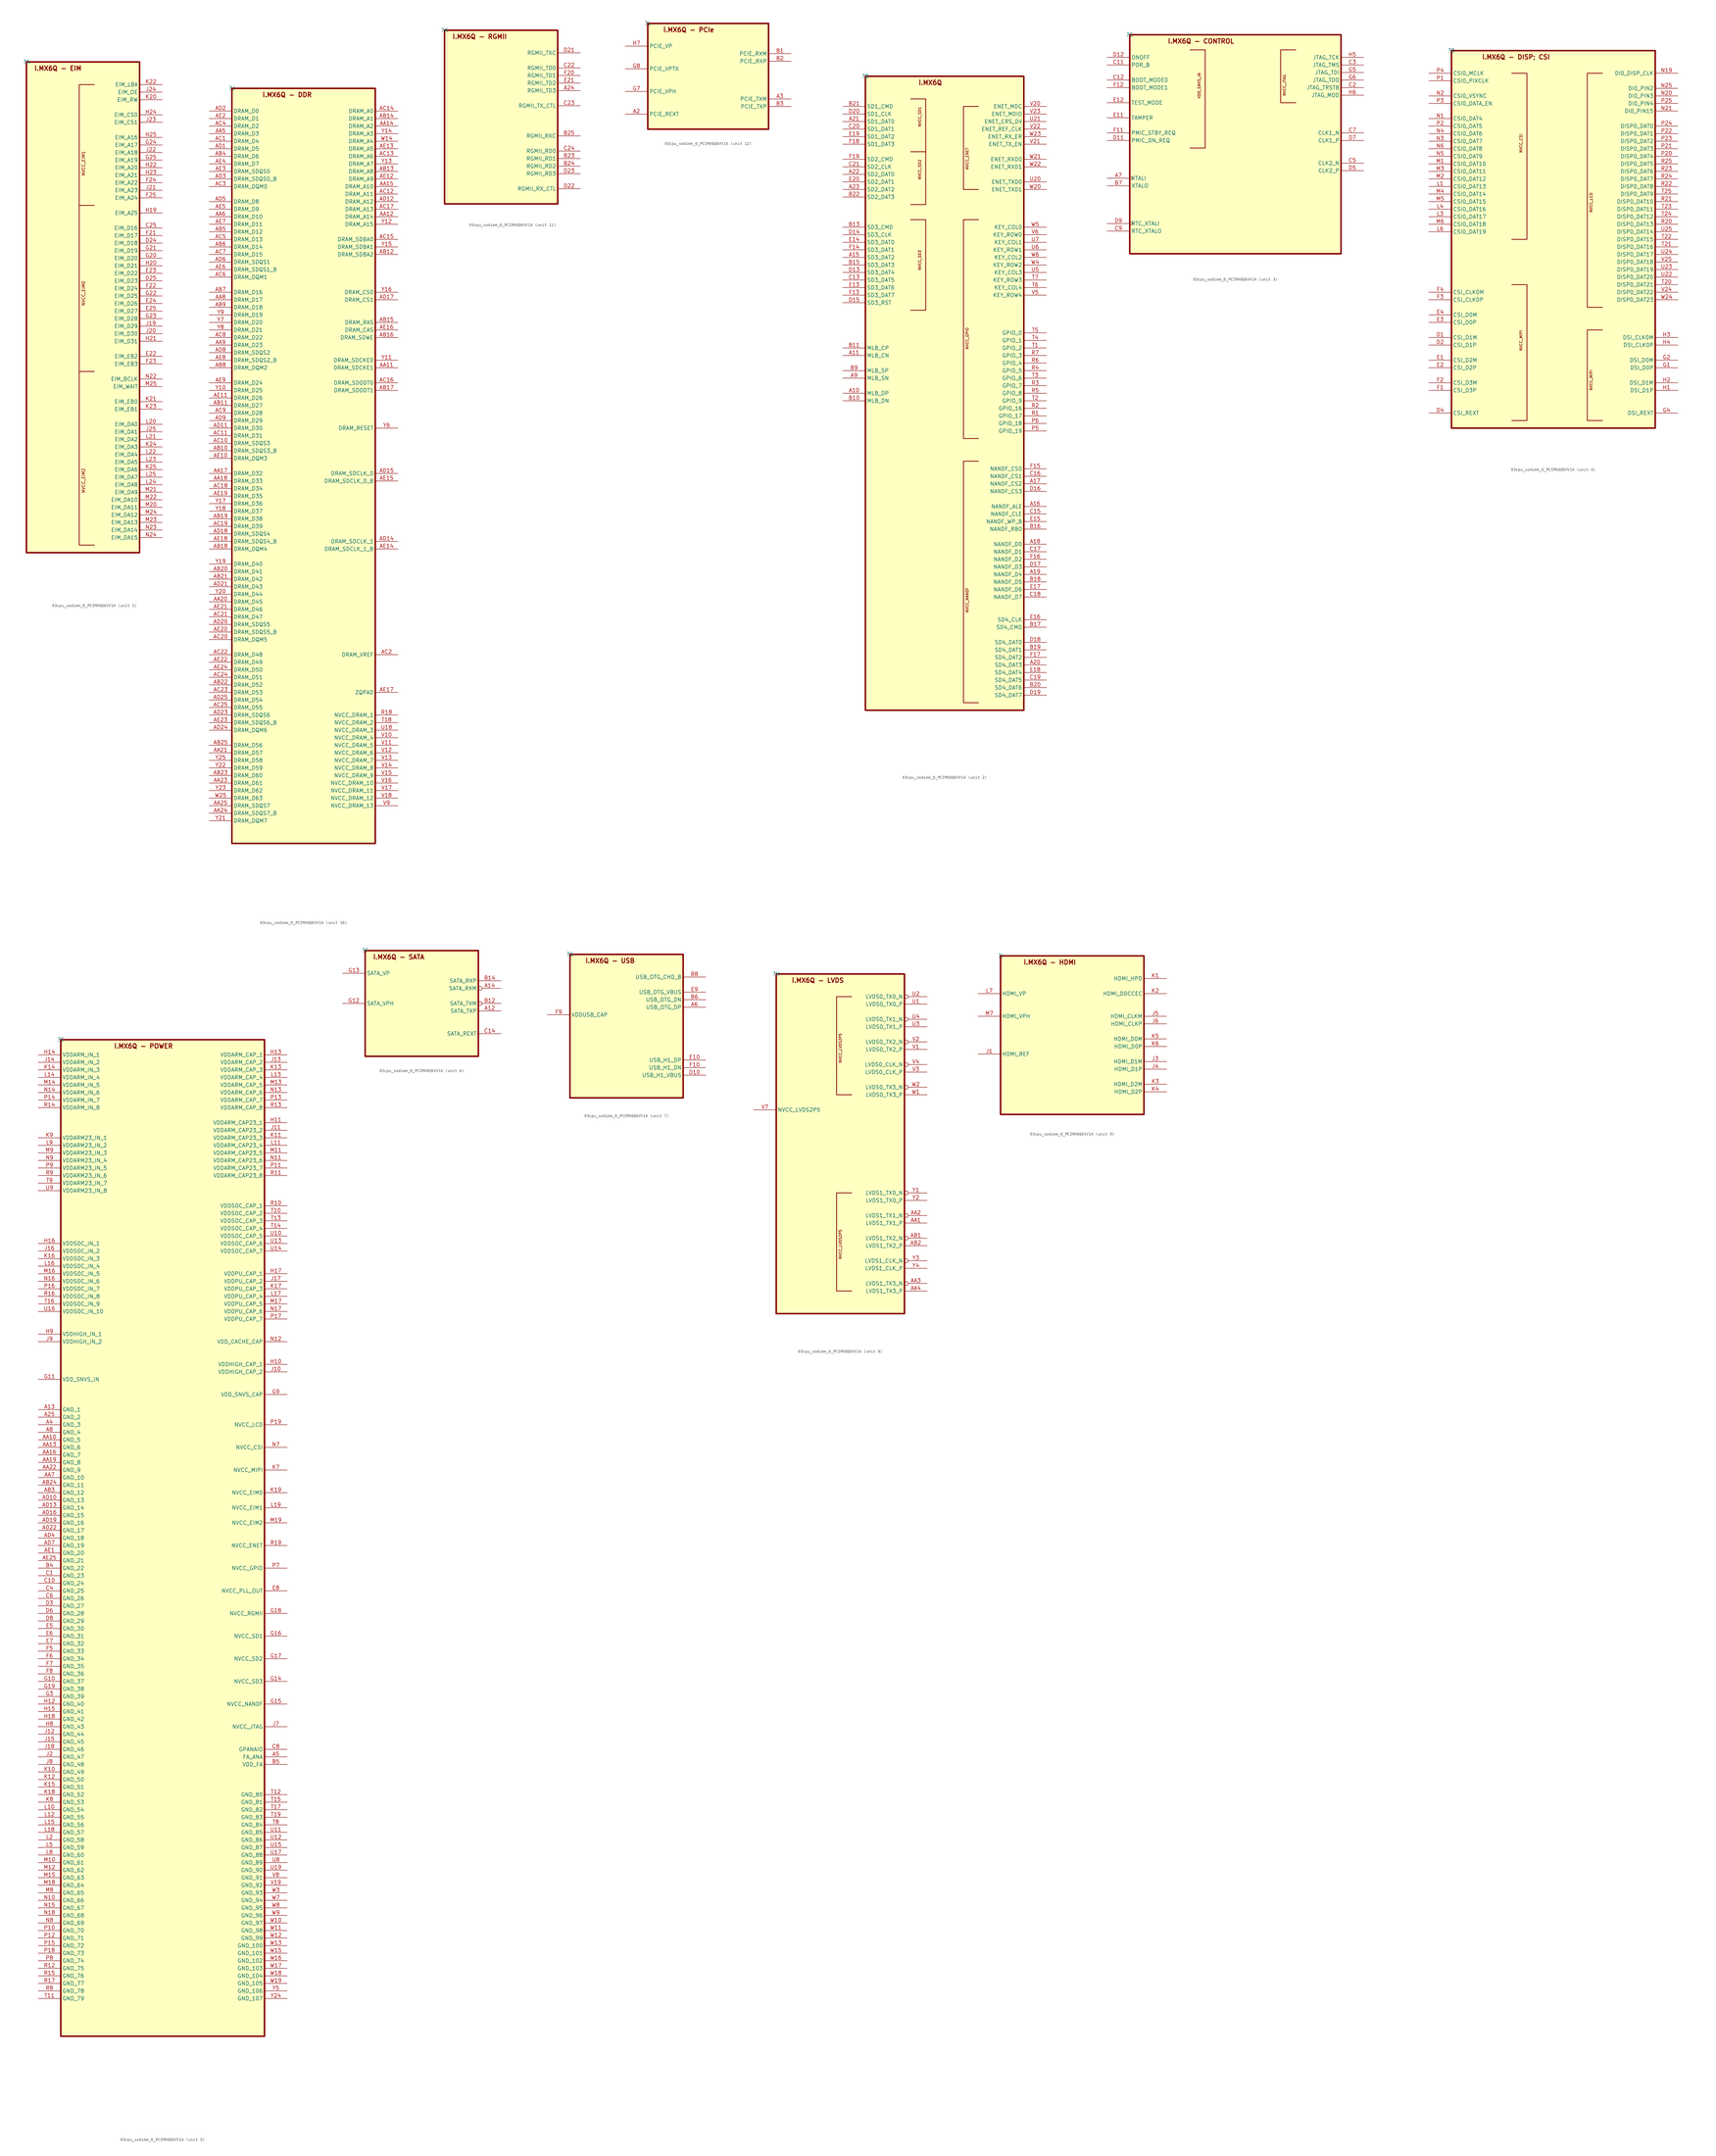
<source format=kicad_sym>
(kicad_symbol_lib
  (version 20220914)
  (generator kicad_symbol_editor)
  (symbol "03cpu_sodimm_0_PCIMX6Q6VV1A"
    (property "Reference" ""
      (at 0 0 0)
      (effects (font (size 1.27 1.27))))
    (property "Value" ""
      (at 0 0 0)
      (effects (font (size 1.27 1.27))))
    (symbol "03cpu_sodimm_0_PCIMX6Q6VV1A_1_0"
      (polyline (pts (xy 17.78 -104.14) (xy 17.78 -162.56)) (stroke (width 0.254) (type solid)) (fill (type none)))
      (polyline (pts (xy 17.78 -104.14) (xy 22.86 -104.14)) (stroke (width 0.254) (type solid)) (fill (type none)))
      (polyline (pts (xy 17.78 -48.26) (xy 22.86 -48.26)) (stroke (width 0.254) (type solid)) (fill (type none)))
      (polyline (pts (xy 17.78 -7.62) (xy 17.78 -104.14)) (stroke (width 0.254) (type solid)) (fill (type none)))
      (polyline (pts (xy 22.86 -162.56) (xy 17.78 -162.56)) (stroke (width 0.254) (type solid)) (fill (type none)))
      (polyline (pts (xy 22.86 -7.62) (xy 17.78 -7.62)) (stroke (width 0.254) (type solid)) (fill (type none)))
      (rectangle (start 38.1 0) (end 0 -165.1) (stroke (width 0.508) (type solid)) (fill (type background)))
      (text "i.MX6Q - EIM" (at 2.54 -3.048 0) (effects (font (size 1.524 1.524) bold) (justify left bottom)))
      (text "NVCC_EIM0" (at 19.812 -82.101 900) (effects (font (size 1.016 1.016)) (justify left bottom)))
      (text "NVCC_EIM1" (at 19.812 -38.413 900) (effects (font (size 1.016 1.016)) (justify left bottom)))
      (text "NVCC_EIM2" (at 19.812 -145.093 900) (effects (font (size 1.016 1.016)) (justify left bottom)))
      (pin bidirectional line (at 45.72 -55.88 180) (length 7.62) (name "EIM_D16" (effects (font (size 1.27 1.27)))) (number "C25" (effects (font (size 1.27 1.27)))))
      (pin bidirectional line (at 45.72 -60.96 180) (length 7.62) (name "EIM_D18" (effects (font (size 1.27 1.27)))) (number "D24" (effects (font (size 1.27 1.27)))))
      (pin bidirectional line (at 45.72 -73.66 180) (length 7.62) (name "EIM_D23" (effects (font (size 1.27 1.27)))) (number "D25" (effects (font (size 1.27 1.27)))))
      (pin bidirectional line (at 45.72 -99.06 180) (length 7.62) (name "EIM_EB2" (effects (font (size 1.27 1.27)))) (number "E22" (effects (font (size 1.27 1.27)))))
      (pin bidirectional line (at 45.72 -71.12 180) (length 7.62) (name "EIM_D22" (effects (font (size 1.27 1.27)))) (number "E23" (effects (font (size 1.27 1.27)))))
      (pin bidirectional line (at 45.72 -81.28 180) (length 7.62) (name "EIM_D26" (effects (font (size 1.27 1.27)))) (number "E24" (effects (font (size 1.27 1.27)))))
      (pin bidirectional line (at 45.72 -83.82 180) (length 7.62) (name "EIM_D27" (effects (font (size 1.27 1.27)))) (number "E25" (effects (font (size 1.27 1.27)))))
      (pin bidirectional line (at 45.72 -58.42 180) (length 7.62) (name "EIM_D17" (effects (font (size 1.27 1.27)))) (number "F21" (effects (font (size 1.27 1.27)))))
      (pin bidirectional line (at 45.72 -76.2 180) (length 7.62) (name "EIM_D24" (effects (font (size 1.27 1.27)))) (number "F22" (effects (font (size 1.27 1.27)))))
      (pin bidirectional line (at 45.72 -101.6 180) (length 7.62) (name "EIM_EB3" (effects (font (size 1.27 1.27)))) (number "F23" (effects (font (size 1.27 1.27)))))
      (pin bidirectional line (at 45.72 -40.64 180) (length 7.62) (name "EIM_A22" (effects (font (size 1.27 1.27)))) (number "F24" (effects (font (size 1.27 1.27)))))
      (pin bidirectional line (at 45.72 -45.72 180) (length 7.62) (name "EIM_A24" (effects (font (size 1.27 1.27)))) (number "F25" (effects (font (size 1.27 1.27)))))
      (pin bidirectional line (at 45.72 -66.04 180) (length 7.62) (name "EIM_D20" (effects (font (size 1.27 1.27)))) (number "G20" (effects (font (size 1.27 1.27)))))
      (pin bidirectional line (at 45.72 -63.5 180) (length 7.62) (name "EIM_D19" (effects (font (size 1.27 1.27)))) (number "G21" (effects (font (size 1.27 1.27)))))
      (pin bidirectional line (at 45.72 -78.74 180) (length 7.62) (name "EIM_D25" (effects (font (size 1.27 1.27)))) (number "G22" (effects (font (size 1.27 1.27)))))
      (pin bidirectional line (at 45.72 -86.36 180) (length 7.62) (name "EIM_D28" (effects (font (size 1.27 1.27)))) (number "G23" (effects (font (size 1.27 1.27)))))
      (pin bidirectional line (at 45.72 -27.94 180) (length 7.62) (name "EIM_A17" (effects (font (size 1.27 1.27)))) (number "G24" (effects (font (size 1.27 1.27)))))
      (pin bidirectional line (at 45.72 -33.02 180) (length 7.62) (name "EIM_A19" (effects (font (size 1.27 1.27)))) (number "G25" (effects (font (size 1.27 1.27)))))
      (pin bidirectional line (at 45.72 -50.8 180) (length 7.62) (name "EIM_A25" (effects (font (size 1.27 1.27)))) (number "H19" (effects (font (size 1.27 1.27)))))
      (pin bidirectional line (at 45.72 -68.58 180) (length 7.62) (name "EIM_D21" (effects (font (size 1.27 1.27)))) (number "H20" (effects (font (size 1.27 1.27)))))
      (pin bidirectional line (at 45.72 -93.98 180) (length 7.62) (name "EIM_D31" (effects (font (size 1.27 1.27)))) (number "H21" (effects (font (size 1.27 1.27)))))
      (pin bidirectional line (at 45.72 -35.56 180) (length 7.62) (name "EIM_A20" (effects (font (size 1.27 1.27)))) (number "H22" (effects (font (size 1.27 1.27)))))
      (pin bidirectional line (at 45.72 -38.1 180) (length 7.62) (name "EIM_A21" (effects (font (size 1.27 1.27)))) (number "H23" (effects (font (size 1.27 1.27)))))
      (pin bidirectional line (at 45.72 -17.78 180) (length 7.62) (name "EIM_CS0" (effects (font (size 1.27 1.27)))) (number "H24" (effects (font (size 1.27 1.27)))))
      (pin bidirectional line (at 45.72 -25.4 180) (length 7.62) (name "EIM_A16" (effects (font (size 1.27 1.27)))) (number "H25" (effects (font (size 1.27 1.27)))))
      (pin bidirectional line (at 45.72 -88.9 180) (length 7.62) (name "EIM_D29" (effects (font (size 1.27 1.27)))) (number "J19" (effects (font (size 1.27 1.27)))))
      (pin bidirectional line (at 45.72 -91.44 180) (length 7.62) (name "EIM_D30" (effects (font (size 1.27 1.27)))) (number "J20" (effects (font (size 1.27 1.27)))))
      (pin bidirectional line (at 45.72 -43.18 180) (length 7.62) (name "EIM_A23" (effects (font (size 1.27 1.27)))) (number "J21" (effects (font (size 1.27 1.27)))))
      (pin bidirectional line (at 45.72 -30.48 180) (length 7.62) (name "EIM_A18" (effects (font (size 1.27 1.27)))) (number "J22" (effects (font (size 1.27 1.27)))))
      (pin bidirectional line (at 45.72 -20.32 180) (length 7.62) (name "EIM_CS1" (effects (font (size 1.27 1.27)))) (number "J23" (effects (font (size 1.27 1.27)))))
      (pin bidirectional line (at 45.72 -10.16 180) (length 7.62) (name "EIM_OE" (effects (font (size 1.27 1.27)))) (number "J24" (effects (font (size 1.27 1.27)))))
      (pin bidirectional line (at 45.72 -124.46 180) (length 7.62) (name "EIM_DA1" (effects (font (size 1.27 1.27)))) (number "J25" (effects (font (size 1.27 1.27)))))
      (pin bidirectional line (at 45.72 -12.7 180) (length 7.62) (name "EIM_RW" (effects (font (size 1.27 1.27)))) (number "K20" (effects (font (size 1.27 1.27)))))
      (pin bidirectional line (at 45.72 -114.3 180) (length 7.62) (name "EIM_EB0" (effects (font (size 1.27 1.27)))) (number "K21" (effects (font (size 1.27 1.27)))))
      (pin bidirectional line (at 45.72 -7.62 180) (length 7.62) (name "EIM_LBA" (effects (font (size 1.27 1.27)))) (number "K22" (effects (font (size 1.27 1.27)))))
      (pin bidirectional line (at 45.72 -116.84 180) (length 7.62) (name "EIM_EB1" (effects (font (size 1.27 1.27)))) (number "K23" (effects (font (size 1.27 1.27)))))
      (pin bidirectional line (at 45.72 -129.54 180) (length 7.62) (name "EIM_DA3" (effects (font (size 1.27 1.27)))) (number "K24" (effects (font (size 1.27 1.27)))))
      (pin bidirectional line (at 45.72 -137.16 180) (length 7.62) (name "EIM_DA6" (effects (font (size 1.27 1.27)))) (number "K25" (effects (font (size 1.27 1.27)))))
      (pin bidirectional line (at 45.72 -121.92 180) (length 7.62) (name "EIM_DA0" (effects (font (size 1.27 1.27)))) (number "L20" (effects (font (size 1.27 1.27)))))
      (pin bidirectional line (at 45.72 -127 180) (length 7.62) (name "EIM_DA2" (effects (font (size 1.27 1.27)))) (number "L21" (effects (font (size 1.27 1.27)))))
      (pin bidirectional line (at 45.72 -132.08 180) (length 7.62) (name "EIM_DA4" (effects (font (size 1.27 1.27)))) (number "L22" (effects (font (size 1.27 1.27)))))
      (pin bidirectional line (at 45.72 -134.62 180) (length 7.62) (name "EIM_DA5" (effects (font (size 1.27 1.27)))) (number "L23" (effects (font (size 1.27 1.27)))))
      (pin bidirectional line (at 45.72 -142.24 180) (length 7.62) (name "EIM_DA8" (effects (font (size 1.27 1.27)))) (number "L24" (effects (font (size 1.27 1.27)))))
      (pin bidirectional line (at 45.72 -139.7 180) (length 7.62) (name "EIM_DA7" (effects (font (size 1.27 1.27)))) (number "L25" (effects (font (size 1.27 1.27)))))
      (pin bidirectional line (at 45.72 -149.86 180) (length 7.62) (name "EIM_DA11" (effects (font (size 1.27 1.27)))) (number "M20" (effects (font (size 1.27 1.27)))))
      (pin bidirectional line (at 45.72 -144.78 180) (length 7.62) (name "EIM_DA9" (effects (font (size 1.27 1.27)))) (number "M21" (effects (font (size 1.27 1.27)))))
      (pin bidirectional line (at 45.72 -147.32 180) (length 7.62) (name "EIM_DA10" (effects (font (size 1.27 1.27)))) (number "M22" (effects (font (size 1.27 1.27)))))
      (pin bidirectional line (at 45.72 -154.94 180) (length 7.62) (name "EIM_DA13" (effects (font (size 1.27 1.27)))) (number "M23" (effects (font (size 1.27 1.27)))))
      (pin bidirectional line (at 45.72 -152.4 180) (length 7.62) (name "EIM_DA12" (effects (font (size 1.27 1.27)))) (number "M24" (effects (font (size 1.27 1.27)))))
      (pin bidirectional line (at 45.72 -109.22 180) (length 7.62) (name "EIM_WAIT" (effects (font (size 1.27 1.27)))) (number "M25" (effects (font (size 1.27 1.27)))))
      (pin bidirectional line (at 45.72 -106.68 180) (length 7.62) (name "EIM_BCLK" (effects (font (size 1.27 1.27)))) (number "N22" (effects (font (size 1.27 1.27)))))
      (pin bidirectional line (at 45.72 -157.48 180) (length 7.62) (name "EIM_DA14" (effects (font (size 1.27 1.27)))) (number "N23" (effects (font (size 1.27 1.27)))))
      (pin bidirectional line (at 45.72 -160.02 180) (length 7.62) (name "EIM_DA15" (effects (font (size 1.27 1.27)))) (number "N24" (effects (font (size 1.27 1.27))))))
    (symbol "03cpu_sodimm_0_PCIMX6Q6VV1A_2_0"
      (polyline (pts (xy 20.32 -78.74) (xy 15.24 -78.74)) (stroke (width 0.254) (type solid)) (fill (type none)))
      (polyline (pts (xy 20.32 -48.26) (xy 15.24 -48.26)) (stroke (width 0.254) (type solid)) (fill (type none)))
      (polyline (pts (xy 20.32 -48.26) (xy 20.32 -78.74)) (stroke (width 0.254) (type solid)) (fill (type none)))
      (polyline (pts (xy 20.32 -43.18) (xy 15.24 -43.18)) (stroke (width 0.254) (type solid)) (fill (type none)))
      (polyline (pts (xy 20.32 -25.4) (xy 15.24 -25.4)) (stroke (width 0.254) (type solid)) (fill (type none)))
      (polyline (pts (xy 20.32 -7.62) (xy 15.24 -7.62)) (stroke (width 0.254) (type solid)) (fill (type none)))
      (polyline (pts (xy 20.32 -7.62) (xy 20.32 -43.18)) (stroke (width 0.254) (type solid)) (fill (type none)))
      (polyline (pts (xy 33.02 -129.54) (xy 33.02 -210.82)) (stroke (width 0.254) (type solid)) (fill (type none)))
      (polyline (pts (xy 33.02 -48.26) (xy 33.02 -121.92)) (stroke (width 0.254) (type solid)) (fill (type none)))
      (polyline (pts (xy 33.02 -10.16) (xy 33.02 -38.1)) (stroke (width 0.254) (type solid)) (fill (type none)))
      (polyline (pts (xy 38.1 -210.82) (xy 33.02 -210.82)) (stroke (width 0.254) (type solid)) (fill (type none)))
      (polyline (pts (xy 38.1 -129.54) (xy 33.02 -129.54)) (stroke (width 0.254) (type solid)) (fill (type none)))
      (polyline (pts (xy 38.1 -121.92) (xy 33.02 -121.92)) (stroke (width 0.254) (type solid)) (fill (type none)))
      (polyline (pts (xy 38.1 -48.26) (xy 33.02 -48.26)) (stroke (width 0.254) (type solid)) (fill (type none)))
      (polyline (pts (xy 38.1 -38.1) (xy 33.02 -38.1)) (stroke (width 0.254) (type solid)) (fill (type none)))
      (polyline (pts (xy 38.1 -10.16) (xy 33.02 -10.16)) (stroke (width 0.254) (type solid)) (fill (type none)))
      (rectangle (start 53.34 0) (end 0 -213.36) (stroke (width 0.508) (type solid)) (fill (type background)))
      (text "i.MX6Q" (at 17.78 -3.048 0) (effects (font (size 1.524 1.524) bold) (justify left bottom)))
      (text "NVCC_ENET" (at 34.798 -31.496 900) (effects (font (size 0.889 0.889)) (justify left bottom)))
      (text "NVCC_GPIO" (at 34.798 -92.007 900) (effects (font (size 0.889 0.889)) (justify left bottom)))
      (text "NVCC_NANDF" (at 34.798 -180.614 900) (effects (font (size 0.889 0.889)) (justify left bottom)))
      (text "NVCC_SD1" (at 17.78 -10.16 900) (effects (font (size 0.889 0.889)) (justify right top)))
      (text "NVCC_SD2" (at 17.78 -27.94 900) (effects (font (size 0.889 0.889)) (justify right top)))
      (text "NVCC_SD3" (at 17.78 -58.42 900) (effects (font (size 0.889 0.889)) (justify right top)))
      (pin input line (at -7.62 -106.68 0) (length 7.62) (name "MLB_DP" (effects (font (size 1.27 1.27)))) (number "A10" (effects (font (size 1.27 1.27)))))
      (pin input line (at -7.62 -93.98 0) (length 7.62) (name "MLB_CN" (effects (font (size 1.27 1.27)))) (number "A11" (effects (font (size 1.27 1.27)))))
      (pin bidirectional line (at -7.62 -60.96 0) (length 7.62) (name "SD3_DAT2" (effects (font (size 1.27 1.27)))) (number "A15" (effects (font (size 1.27 1.27)))))
      (pin bidirectional line (at 60.96 -144.78 180) (length 7.62) (name "NANDF_ALE" (effects (font (size 1.27 1.27)))) (number "A16" (effects (font (size 1.27 1.27)))))
      (pin bidirectional line (at 60.96 -137.16 180) (length 7.62) (name "NANDF_CS2" (effects (font (size 1.27 1.27)))) (number "A17" (effects (font (size 1.27 1.27)))))
      (pin bidirectional line (at 60.96 -157.48 180) (length 7.62) (name "NANDF_D0" (effects (font (size 1.27 1.27)))) (number "A18" (effects (font (size 1.27 1.27)))))
      (pin bidirectional line (at 60.96 -167.64 180) (length 7.62) (name "NANDF_D4" (effects (font (size 1.27 1.27)))) (number "A19" (effects (font (size 1.27 1.27)))))
      (pin bidirectional line (at 60.96 -198.12 180) (length 7.62) (name "SD4_DAT3" (effects (font (size 1.27 1.27)))) (number "A20" (effects (font (size 1.27 1.27)))))
      (pin bidirectional line (at -7.62 -15.24 0) (length 7.62) (name "SD1_DAT0" (effects (font (size 1.27 1.27)))) (number "A21" (effects (font (size 1.27 1.27)))))
      (pin bidirectional line (at -7.62 -33.02 0) (length 7.62) (name "SD2_DAT0" (effects (font (size 1.27 1.27)))) (number "A22" (effects (font (size 1.27 1.27)))))
      (pin bidirectional line (at -7.62 -38.1 0) (length 7.62) (name "SD2_DAT2" (effects (font (size 1.27 1.27)))) (number "A23" (effects (font (size 1.27 1.27)))))
      (pin input line (at -7.62 -101.6 0) (length 7.62) (name "MLB_SN" (effects (font (size 1.27 1.27)))) (number "A9" (effects (font (size 1.27 1.27)))))
      (pin input line (at -7.62 -109.22 0) (length 7.62) (name "MLB_DN" (effects (font (size 1.27 1.27)))) (number "B10" (effects (font (size 1.27 1.27)))))
      (pin input line (at -7.62 -91.44 0) (length 7.62) (name "MLB_CP" (effects (font (size 1.27 1.27)))) (number "B11" (effects (font (size 1.27 1.27)))))
      (pin bidirectional line (at -7.62 -50.8 0) (length 7.62) (name "SD3_CMD" (effects (font (size 1.27 1.27)))) (number "B13" (effects (font (size 1.27 1.27)))))
      (pin bidirectional line (at -7.62 -63.5 0) (length 7.62) (name "SD3_DAT3" (effects (font (size 1.27 1.27)))) (number "B15" (effects (font (size 1.27 1.27)))))
      (pin bidirectional line (at 60.96 -152.4 180) (length 7.62) (name "NANDF_RB0" (effects (font (size 1.27 1.27)))) (number "B16" (effects (font (size 1.27 1.27)))))
      (pin bidirectional line (at 60.96 -185.42 180) (length 7.62) (name "SD4_CMD" (effects (font (size 1.27 1.27)))) (number "B17" (effects (font (size 1.27 1.27)))))
      (pin bidirectional line (at 60.96 -170.18 180) (length 7.62) (name "NANDF_D5" (effects (font (size 1.27 1.27)))) (number "B18" (effects (font (size 1.27 1.27)))))
      (pin bidirectional line (at 60.96 -193.04 180) (length 7.62) (name "SD4_DAT1" (effects (font (size 1.27 1.27)))) (number "B19" (effects (font (size 1.27 1.27)))))
      (pin bidirectional line (at 60.96 -205.74 180) (length 7.62) (name "SD4_DAT6" (effects (font (size 1.27 1.27)))) (number "B20" (effects (font (size 1.27 1.27)))))
      (pin bidirectional line (at -7.62 -10.16 0) (length 7.62) (name "SD1_CMD" (effects (font (size 1.27 1.27)))) (number "B21" (effects (font (size 1.27 1.27)))))
      (pin bidirectional line (at -7.62 -40.64 0) (length 7.62) (name "SD2_DAT3" (effects (font (size 1.27 1.27)))) (number "B22" (effects (font (size 1.27 1.27)))))
      (pin input line (at -7.62 -99.06 0) (length 7.62) (name "MLB_SP" (effects (font (size 1.27 1.27)))) (number "B9" (effects (font (size 1.27 1.27)))))
      (pin bidirectional line (at -7.62 -68.58 0) (length 7.62) (name "SD3_DAT5" (effects (font (size 1.27 1.27)))) (number "C13" (effects (font (size 1.27 1.27)))))
      (pin bidirectional line (at 60.96 -147.32 180) (length 7.62) (name "NANDF_CLE" (effects (font (size 1.27 1.27)))) (number "C15" (effects (font (size 1.27 1.27)))))
      (pin bidirectional line (at 60.96 -134.62 180) (length 7.62) (name "NANDF_CS1" (effects (font (size 1.27 1.27)))) (number "C16" (effects (font (size 1.27 1.27)))))
      (pin bidirectional line (at 60.96 -160.02 180) (length 7.62) (name "NANDF_D1" (effects (font (size 1.27 1.27)))) (number "C17" (effects (font (size 1.27 1.27)))))
      (pin bidirectional line (at 60.96 -175.26 180) (length 7.62) (name "NANDF_D7" (effects (font (size 1.27 1.27)))) (number "C18" (effects (font (size 1.27 1.27)))))
      (pin bidirectional line (at 60.96 -203.2 180) (length 7.62) (name "SD4_DAT5" (effects (font (size 1.27 1.27)))) (number "C19" (effects (font (size 1.27 1.27)))))
      (pin bidirectional line (at -7.62 -17.78 0) (length 7.62) (name "SD1_DAT1" (effects (font (size 1.27 1.27)))) (number "C20" (effects (font (size 1.27 1.27)))))
      (pin bidirectional line (at -7.62 -30.48 0) (length 7.62) (name "SD2_CLK" (effects (font (size 1.27 1.27)))) (number "C21" (effects (font (size 1.27 1.27)))))
      (pin bidirectional line (at -7.62 -66.04 0) (length 7.62) (name "SD3_DAT4" (effects (font (size 1.27 1.27)))) (number "D13" (effects (font (size 1.27 1.27)))))
      (pin bidirectional line (at -7.62 -53.34 0) (length 7.62) (name "SD3_CLK" (effects (font (size 1.27 1.27)))) (number "D14" (effects (font (size 1.27 1.27)))))
      (pin bidirectional line (at -7.62 -76.2 0) (length 7.62) (name "SD3_RST" (effects (font (size 1.27 1.27)))) (number "D15" (effects (font (size 1.27 1.27)))))
      (pin bidirectional line (at 60.96 -139.7 180) (length 7.62) (name "NANDF_CS3" (effects (font (size 1.27 1.27)))) (number "D16" (effects (font (size 1.27 1.27)))))
      (pin bidirectional line (at 60.96 -165.1 180) (length 7.62) (name "NANDF_D3" (effects (font (size 1.27 1.27)))) (number "D17" (effects (font (size 1.27 1.27)))))
      (pin bidirectional line (at 60.96 -190.5 180) (length 7.62) (name "SD4_DAT0" (effects (font (size 1.27 1.27)))) (number "D18" (effects (font (size 1.27 1.27)))))
      (pin bidirectional line (at 60.96 -208.28 180) (length 7.62) (name "SD4_DAT7" (effects (font (size 1.27 1.27)))) (number "D19" (effects (font (size 1.27 1.27)))))
      (pin bidirectional line (at -7.62 -12.7 0) (length 7.62) (name "SD1_CLK" (effects (font (size 1.27 1.27)))) (number "D20" (effects (font (size 1.27 1.27)))))
      (pin bidirectional line (at -7.62 -71.12 0) (length 7.62) (name "SD3_DAT6" (effects (font (size 1.27 1.27)))) (number "E13" (effects (font (size 1.27 1.27)))))
      (pin bidirectional line (at -7.62 -55.88 0) (length 7.62) (name "SD3_DAT0" (effects (font (size 1.27 1.27)))) (number "E14" (effects (font (size 1.27 1.27)))))
      (pin bidirectional line (at 60.96 -149.86 180) (length 7.62) (name "NANDF_WP_B" (effects (font (size 1.27 1.27)))) (number "E15" (effects (font (size 1.27 1.27)))))
      (pin bidirectional line (at 60.96 -182.88 180) (length 7.62) (name "SD4_CLK" (effects (font (size 1.27 1.27)))) (number "E16" (effects (font (size 1.27 1.27)))))
      (pin bidirectional line (at 60.96 -172.72 180) (length 7.62) (name "NANDF_D6" (effects (font (size 1.27 1.27)))) (number "E17" (effects (font (size 1.27 1.27)))))
      (pin bidirectional line (at 60.96 -200.66 180) (length 7.62) (name "SD4_DAT4" (effects (font (size 1.27 1.27)))) (number "E18" (effects (font (size 1.27 1.27)))))
      (pin bidirectional line (at -7.62 -20.32 0) (length 7.62) (name "SD1_DAT2" (effects (font (size 1.27 1.27)))) (number "E19" (effects (font (size 1.27 1.27)))))
      (pin bidirectional line (at -7.62 -35.56 0) (length 7.62) (name "SD2_DAT1" (effects (font (size 1.27 1.27)))) (number "E20" (effects (font (size 1.27 1.27)))))
      (pin bidirectional line (at -7.62 -73.66 0) (length 7.62) (name "SD3_DAT7" (effects (font (size 1.27 1.27)))) (number "F13" (effects (font (size 1.27 1.27)))))
      (pin bidirectional line (at -7.62 -58.42 0) (length 7.62) (name "SD3_DAT1" (effects (font (size 1.27 1.27)))) (number "F14" (effects (font (size 1.27 1.27)))))
      (pin bidirectional line (at 60.96 -132.08 180) (length 7.62) (name "NANDF_CS0" (effects (font (size 1.27 1.27)))) (number "F15" (effects (font (size 1.27 1.27)))))
      (pin bidirectional line (at 60.96 -162.56 180) (length 7.62) (name "NANDF_D2" (effects (font (size 1.27 1.27)))) (number "F16" (effects (font (size 1.27 1.27)))))
      (pin bidirectional line (at 60.96 -195.58 180) (length 7.62) (name "SD4_DAT2" (effects (font (size 1.27 1.27)))) (number "F17" (effects (font (size 1.27 1.27)))))
      (pin bidirectional line (at -7.62 -22.86 0) (length 7.62) (name "SD1_DAT3" (effects (font (size 1.27 1.27)))) (number "F18" (effects (font (size 1.27 1.27)))))
      (pin bidirectional line (at -7.62 -27.94 0) (length 7.62) (name "SD2_CMD" (effects (font (size 1.27 1.27)))) (number "F19" (effects (font (size 1.27 1.27)))))
      (pin bidirectional line (at 60.96 -119.38 180) (length 7.62) (name "GPIO_19" (effects (font (size 1.27 1.27)))) (number "P5" (effects (font (size 1.27 1.27)))))
      (pin bidirectional line (at 60.96 -116.84 180) (length 7.62) (name "GPIO_18" (effects (font (size 1.27 1.27)))) (number "P6" (effects (font (size 1.27 1.27)))))
      (pin bidirectional line (at 60.96 -114.3 180) (length 7.62) (name "GPIO_17" (effects (font (size 1.27 1.27)))) (number "R1" (effects (font (size 1.27 1.27)))))
      (pin bidirectional line (at 60.96 -111.76 180) (length 7.62) (name "GPIO_16" (effects (font (size 1.27 1.27)))) (number "R2" (effects (font (size 1.27 1.27)))))
      (pin bidirectional line (at 60.96 -104.14 180) (length 7.62) (name "GPIO_7" (effects (font (size 1.27 1.27)))) (number "R3" (effects (font (size 1.27 1.27)))))
      (pin bidirectional line (at 60.96 -99.06 180) (length 7.62) (name "GPIO_5" (effects (font (size 1.27 1.27)))) (number "R4" (effects (font (size 1.27 1.27)))))
      (pin bidirectional line (at 60.96 -106.68 180) (length 7.62) (name "GPIO_8" (effects (font (size 1.27 1.27)))) (number "R5" (effects (font (size 1.27 1.27)))))
      (pin bidirectional line (at 60.96 -96.52 180) (length 7.62) (name "GPIO_4" (effects (font (size 1.27 1.27)))) (number "R6" (effects (font (size 1.27 1.27)))))
      (pin bidirectional line (at 60.96 -93.98 180) (length 7.62) (name "GPIO_3" (effects (font (size 1.27 1.27)))) (number "R7" (effects (font (size 1.27 1.27)))))
      (pin bidirectional line (at 60.96 -91.44 180) (length 7.62) (name "GPIO_2" (effects (font (size 1.27 1.27)))) (number "T1" (effects (font (size 1.27 1.27)))))
      (pin bidirectional line (at 60.96 -109.22 180) (length 7.62) (name "GPIO_9" (effects (font (size 1.27 1.27)))) (number "T2" (effects (font (size 1.27 1.27)))))
      (pin bidirectional line (at 60.96 -101.6 180) (length 7.62) (name "GPIO_6" (effects (font (size 1.27 1.27)))) (number "T3" (effects (font (size 1.27 1.27)))))
      (pin bidirectional line (at 60.96 -88.9 180) (length 7.62) (name "GPIO_1" (effects (font (size 1.27 1.27)))) (number "T4" (effects (font (size 1.27 1.27)))))
      (pin bidirectional line (at 60.96 -86.36 180) (length 7.62) (name "GPIO_0" (effects (font (size 1.27 1.27)))) (number "T5" (effects (font (size 1.27 1.27)))))
      (pin bidirectional line (at 60.96 -71.12 180) (length 7.62) (name "KEY_COL4" (effects (font (size 1.27 1.27)))) (number "T6" (effects (font (size 1.27 1.27)))))
      (pin bidirectional line (at 60.96 -68.58 180) (length 7.62) (name "KEY_ROW3" (effects (font (size 1.27 1.27)))) (number "T7" (effects (font (size 1.27 1.27)))))
      (pin bidirectional line (at 60.96 -35.56 180) (length 7.62) (name "ENET_TXD0" (effects (font (size 1.27 1.27)))) (number "U20" (effects (font (size 1.27 1.27)))))
      (pin bidirectional line (at 60.96 -15.24 180) (length 7.62) (name "ENET_CRS_DV" (effects (font (size 1.27 1.27)))) (number "U21" (effects (font (size 1.27 1.27)))))
      (pin bidirectional line (at 60.96 -66.04 180) (length 7.62) (name "KEY_COL3" (effects (font (size 1.27 1.27)))) (number "U5" (effects (font (size 1.27 1.27)))))
      (pin bidirectional line (at 60.96 -58.42 180) (length 7.62) (name "KEY_ROW1" (effects (font (size 1.27 1.27)))) (number "U6" (effects (font (size 1.27 1.27)))))
      (pin bidirectional line (at 60.96 -55.88 180) (length 7.62) (name "KEY_COL1" (effects (font (size 1.27 1.27)))) (number "U7" (effects (font (size 1.27 1.27)))))
      (pin bidirectional line (at 60.96 -10.16 180) (length 7.62) (name "ENET_MDC" (effects (font (size 1.27 1.27)))) (number "V20" (effects (font (size 1.27 1.27)))))
      (pin bidirectional line (at 60.96 -22.86 180) (length 7.62) (name "ENET_TX_EN" (effects (font (size 1.27 1.27)))) (number "V21" (effects (font (size 1.27 1.27)))))
      (pin bidirectional line (at 60.96 -17.78 180) (length 7.62) (name "ENET_REF_CLK" (effects (font (size 1.27 1.27)))) (number "V22" (effects (font (size 1.27 1.27)))))
      (pin bidirectional line (at 60.96 -12.7 180) (length 7.62) (name "ENET_MDIO" (effects (font (size 1.27 1.27)))) (number "V23" (effects (font (size 1.27 1.27)))))
      (pin bidirectional line (at 60.96 -73.66 180) (length 7.62) (name "KEY_ROW4" (effects (font (size 1.27 1.27)))) (number "V5" (effects (font (size 1.27 1.27)))))
      (pin bidirectional line (at 60.96 -53.34 180) (length 7.62) (name "KEY_ROW0" (effects (font (size 1.27 1.27)))) (number "V6" (effects (font (size 1.27 1.27)))))
      (pin bidirectional line (at 60.96 -38.1 180) (length 7.62) (name "ENET_TXD1" (effects (font (size 1.27 1.27)))) (number "W20" (effects (font (size 1.27 1.27)))))
      (pin bidirectional line (at 60.96 -27.94 180) (length 7.62) (name "ENET_RXD0" (effects (font (size 1.27 1.27)))) (number "W21" (effects (font (size 1.27 1.27)))))
      (pin bidirectional line (at 60.96 -30.48 180) (length 7.62) (name "ENET_RXD1" (effects (font (size 1.27 1.27)))) (number "W22" (effects (font (size 1.27 1.27)))))
      (pin bidirectional line (at 60.96 -20.32 180) (length 7.62) (name "ENET_RX_ER" (effects (font (size 1.27 1.27)))) (number "W23" (effects (font (size 1.27 1.27)))))
      (pin bidirectional line (at 60.96 -63.5 180) (length 7.62) (name "KEY_ROW2" (effects (font (size 1.27 1.27)))) (number "W4" (effects (font (size 1.27 1.27)))))
      (pin bidirectional line (at 60.96 -50.8 180) (length 7.62) (name "KEY_COL0" (effects (font (size 1.27 1.27)))) (number "W5" (effects (font (size 1.27 1.27)))))
      (pin bidirectional line (at 60.96 -60.96 180) (length 7.62) (name "KEY_COL2" (effects (font (size 1.27 1.27)))) (number "W6" (effects (font (size 1.27 1.27))))))
    (symbol "03cpu_sodimm_0_PCIMX6Q6VV1A_3_0"
      (polyline (pts (xy 25.4 -38.1) (xy 20.32 -38.1)) (stroke (width 0.254) (type solid)) (fill (type none)))
      (polyline (pts (xy 25.4 -5.08) (xy 20.32 -5.08)) (stroke (width 0.254) (type solid)) (fill (type none)))
      (polyline (pts (xy 25.4 -5.08) (xy 25.4 -38.1)) (stroke (width 0.254) (type solid)) (fill (type none)))
      (polyline (pts (xy 50.8 -22.86) (xy 55.88 -22.86)) (stroke (width 0.254) (type solid)) (fill (type none)))
      (polyline (pts (xy 50.8 -5.08) (xy 50.8 -22.86)) (stroke (width 0.254) (type solid)) (fill (type none)))
      (polyline (pts (xy 50.8 -5.08) (xy 55.88 -5.08)) (stroke (width 0.254) (type solid)) (fill (type none)))
      (rectangle (start 71.12 0) (end 0 -73.66) (stroke (width 0.508) (type solid)) (fill (type background)))
      (text "i.MX6Q - CONTROL" (at 12.7 -3.048 0) (effects (font (size 1.524 1.524) bold) (justify left bottom)))
      (text "NVCC_JTAG" (at 52.578 -20.633 900) (effects (font (size 0.889 0.889)) (justify left bottom)))
      (text "VDD_SNVS_IN" (at 22.86 -12.7 900) (effects (font (size 0.889 0.889)) (justify right top)))
      (pin input clock (at -7.62 -48.26 0) (length 7.62) (name "XTALI" (effects (font (size 1.27 1.27)))) (number "A7" (effects (font (size 1.27 1.27)))))
      (pin output line (at -7.62 -50.8 0) (length 7.62) (name "XTALO" (effects (font (size 1.27 1.27)))) (number "B7" (effects (font (size 1.27 1.27)))))
      (pin input line (at -7.62 -10.16 0) (length 7.62) (name "POR_B" (effects (font (size 1.27 1.27)))) (number "C11" (effects (font (size 1.27 1.27)))))
      (pin input line (at -7.62 -15.24 0) (length 7.62) (name "BOOT_MODE0" (effects (font (size 1.27 1.27)))) (number "C12" (effects (font (size 1.27 1.27)))))
      (pin input line (at 78.74 -17.78 180) (length 7.62) (name "JTAG_TRSTB" (effects (font (size 1.27 1.27)))) (number "C2" (effects (font (size 1.27 1.27)))))
      (pin input line (at 78.74 -10.16 180) (length 7.62) (name "JTAG_TMS" (effects (font (size 1.27 1.27)))) (number "C3" (effects (font (size 1.27 1.27)))))
      (pin output line (at 78.74 -43.18 180) (length 7.62) (name "CLK2_N" (effects (font (size 1.27 1.27)))) (number "C5" (effects (font (size 1.27 1.27)))))
      (pin output line (at 78.74 -33.02 180) (length 7.62) (name "CLK1_N" (effects (font (size 1.27 1.27)))) (number "C7" (effects (font (size 1.27 1.27)))))
      (pin output line (at -7.62 -66.04 0) (length 7.62) (name "RTC_XTALO" (effects (font (size 1.27 1.27)))) (number "C9" (effects (font (size 1.27 1.27)))))
      (pin output line (at -7.62 -35.56 0) (length 7.62) (name "PMIC_ON_REQ" (effects (font (size 1.27 1.27)))) (number "D11" (effects (font (size 1.27 1.27)))))
      (pin input line (at -7.62 -7.62 0) (length 7.62) (name "ONOFF" (effects (font (size 1.27 1.27)))) (number "D12" (effects (font (size 1.27 1.27)))))
      (pin output line (at 78.74 -45.72 180) (length 7.62) (name "CLK2_P" (effects (font (size 1.27 1.27)))) (number "D5" (effects (font (size 1.27 1.27)))))
      (pin output line (at 78.74 -35.56 180) (length 7.62) (name "CLK1_P" (effects (font (size 1.27 1.27)))) (number "D7" (effects (font (size 1.27 1.27)))))
      (pin input clock (at -7.62 -63.5 0) (length 7.62) (name "RTC_XTALI" (effects (font (size 1.27 1.27)))) (number "D9" (effects (font (size 1.27 1.27)))))
      (pin input line (at -7.62 -27.94 0) (length 7.62) (name "TAMPER" (effects (font (size 1.27 1.27)))) (number "E11" (effects (font (size 1.27 1.27)))))
      (pin input line (at -7.62 -22.86 0) (length 7.62) (name "TEST_MODE" (effects (font (size 1.27 1.27)))) (number "E12" (effects (font (size 1.27 1.27)))))
      (pin output line (at -7.62 -33.02 0) (length 7.62) (name "PMIC_STBY_REQ" (effects (font (size 1.27 1.27)))) (number "F11" (effects (font (size 1.27 1.27)))))
      (pin input line (at -7.62 -17.78 0) (length 7.62) (name "BOOT_MODE1" (effects (font (size 1.27 1.27)))) (number "F12" (effects (font (size 1.27 1.27)))))
      (pin input line (at 78.74 -12.7 180) (length 7.62) (name "JTAG_TDI" (effects (font (size 1.27 1.27)))) (number "G5" (effects (font (size 1.27 1.27)))))
      (pin output line (at 78.74 -15.24 180) (length 7.62) (name "JTAG_TDO" (effects (font (size 1.27 1.27)))) (number "G6" (effects (font (size 1.27 1.27)))))
      (pin input line (at 78.74 -7.62 180) (length 7.62) (name "JTAG_TCK" (effects (font (size 1.27 1.27)))) (number "H5" (effects (font (size 1.27 1.27)))))
      (pin input line (at 78.74 -20.32 180) (length 7.62) (name "JTAG_MOD" (effects (font (size 1.27 1.27)))) (number "H6" (effects (font (size 1.27 1.27))))))
    (symbol "03cpu_sodimm_0_PCIMX6Q6VV1A_4_0"
      (polyline (pts (xy 25.4 -124.46) (xy 20.32 -124.46)) (stroke (width 0.254) (type solid)) (fill (type none)))
      (polyline (pts (xy 25.4 -78.74) (xy 20.32 -78.74)) (stroke (width 0.254) (type solid)) (fill (type none)))
      (polyline (pts (xy 25.4 -78.74) (xy 25.4 -124.46)) (stroke (width 0.254) (type solid)) (fill (type none)))
      (polyline (pts (xy 25.4 -63.5) (xy 20.32 -63.5)) (stroke (width 0.254) (type solid)) (fill (type none)))
      (polyline (pts (xy 25.4 -7.62) (xy 20.32 -7.62)) (stroke (width 0.254) (type solid)) (fill (type none)))
      (polyline (pts (xy 25.4 -7.62) (xy 25.4 -63.5)) (stroke (width 0.254) (type solid)) (fill (type none)))
      (polyline (pts (xy 45.72 -93.98) (xy 45.72 -124.46)) (stroke (width 0.254) (type solid)) (fill (type none)))
      (polyline (pts (xy 45.72 -7.62) (xy 45.72 -86.36)) (stroke (width 0.254) (type solid)) (fill (type none)))
      (polyline (pts (xy 50.8 -124.46) (xy 45.72 -124.46)) (stroke (width 0.254) (type solid)) (fill (type none)))
      (polyline (pts (xy 50.8 -93.98) (xy 45.72 -93.98)) (stroke (width 0.254) (type solid)) (fill (type none)))
      (polyline (pts (xy 50.8 -86.36) (xy 45.72 -86.36)) (stroke (width 0.254) (type solid)) (fill (type none)))
      (polyline (pts (xy 50.8 -7.62) (xy 45.72 -7.62)) (stroke (width 0.254) (type solid)) (fill (type none)))
      (rectangle (start 68.58 0) (end 0 -127) (stroke (width 0.508) (type solid)) (fill (type background)))
      (text "i.MX6Q - DISP; CSI" (at 10.16 -3.048 0) (effects (font (size 1.524 1.524) bold) (justify left bottom)))
      (text "NVCC_CSI" (at 22.86 -27.94 900) (effects (font (size 0.889 0.889)) (justify right top)))
      (text "NVCC_LCD" (at 47.498 -54.532 900) (effects (font (size 0.889 0.889)) (justify left bottom)))
      (text "NVCC_MIPI" (at 22.86 -93.98 900) (effects (font (size 0.889 0.889)) (justify right top)))
      (text "NVCC_MIPI" (at 47.498 -114.417 900) (effects (font (size 0.889 0.889)) (justify left bottom)))
      (pin input line (at -7.62 -96.52 0) (length 7.62) (name "CSI_D1M" (effects (font (size 1.27 1.27)))) (number "D1" (effects (font (size 1.27 1.27)))))
      (pin input line (at -7.62 -99.06 0) (length 7.62) (name "CSI_D1P" (effects (font (size 1.27 1.27)))) (number "D2" (effects (font (size 1.27 1.27)))))
      (pin input line (at -7.62 -121.92 0) (length 7.62) (name "CSI_REXT" (effects (font (size 1.27 1.27)))) (number "D4" (effects (font (size 1.27 1.27)))))
      (pin input line (at -7.62 -104.14 0) (length 7.62) (name "CSI_D2M" (effects (font (size 1.27 1.27)))) (number "E1" (effects (font (size 1.27 1.27)))))
      (pin input line (at -7.62 -106.68 0) (length 7.62) (name "CSI_D2P" (effects (font (size 1.27 1.27)))) (number "E2" (effects (font (size 1.27 1.27)))))
      (pin input line (at -7.62 -91.44 0) (length 7.62) (name "CSI_D0P" (effects (font (size 1.27 1.27)))) (number "E3" (effects (font (size 1.27 1.27)))))
      (pin input line (at -7.62 -88.9 0) (length 7.62) (name "CSI_D0M" (effects (font (size 1.27 1.27)))) (number "E4" (effects (font (size 1.27 1.27)))))
      (pin input line (at -7.62 -114.3 0) (length 7.62) (name "CSI_D3P" (effects (font (size 1.27 1.27)))) (number "F1" (effects (font (size 1.27 1.27)))))
      (pin input line (at -7.62 -111.76 0) (length 7.62) (name "CSI_D3M" (effects (font (size 1.27 1.27)))) (number "F2" (effects (font (size 1.27 1.27)))))
      (pin input line (at -7.62 -83.82 0) (length 7.62) (name "CSI_CLK0P" (effects (font (size 1.27 1.27)))) (number "F3" (effects (font (size 1.27 1.27)))))
      (pin input line (at -7.62 -81.28 0) (length 7.62) (name "CSI_CLK0M" (effects (font (size 1.27 1.27)))) (number "F4" (effects (font (size 1.27 1.27)))))
      (pin output line (at 76.2 -106.68 180) (length 7.62) (name "DSI_D0P" (effects (font (size 1.27 1.27)))) (number "G1" (effects (font (size 1.27 1.27)))))
      (pin output line (at 76.2 -104.14 180) (length 7.62) (name "DSI_D0M" (effects (font (size 1.27 1.27)))) (number "G2" (effects (font (size 1.27 1.27)))))
      (pin input line (at 76.2 -121.92 180) (length 7.62) (name "DSI_REXT" (effects (font (size 1.27 1.27)))) (number "G4" (effects (font (size 1.27 1.27)))))
      (pin output line (at 76.2 -114.3 180) (length 7.62) (name "DSI_D1P" (effects (font (size 1.27 1.27)))) (number "H1" (effects (font (size 1.27 1.27)))))
      (pin output line (at 76.2 -111.76 180) (length 7.62) (name "DSI_D1M" (effects (font (size 1.27 1.27)))) (number "H2" (effects (font (size 1.27 1.27)))))
      (pin output line (at 76.2 -96.52 180) (length 7.62) (name "DSI_CLK0M" (effects (font (size 1.27 1.27)))) (number "H3" (effects (font (size 1.27 1.27)))))
      (pin output line (at 76.2 -99.06 180) (length 7.62) (name "DSI_CLK0P" (effects (font (size 1.27 1.27)))) (number "H4" (effects (font (size 1.27 1.27)))))
      (pin bidirectional line (at -7.62 -45.72 0) (length 7.62) (name "CSI0_DAT13" (effects (font (size 1.27 1.27)))) (number "L1" (effects (font (size 1.27 1.27)))))
      (pin bidirectional line (at -7.62 -55.88 0) (length 7.62) (name "CSI0_DAT17" (effects (font (size 1.27 1.27)))) (number "L3" (effects (font (size 1.27 1.27)))))
      (pin bidirectional line (at -7.62 -53.34 0) (length 7.62) (name "CSI0_DAT16" (effects (font (size 1.27 1.27)))) (number "L4" (effects (font (size 1.27 1.27)))))
      (pin bidirectional line (at -7.62 -60.96 0) (length 7.62) (name "CSI0_DAT19" (effects (font (size 1.27 1.27)))) (number "L6" (effects (font (size 1.27 1.27)))))
      (pin bidirectional line (at -7.62 -38.1 0) (length 7.62) (name "CSI0_DAT10" (effects (font (size 1.27 1.27)))) (number "M1" (effects (font (size 1.27 1.27)))))
      (pin bidirectional line (at -7.62 -43.18 0) (length 7.62) (name "CSI0_DAT12" (effects (font (size 1.27 1.27)))) (number "M2" (effects (font (size 1.27 1.27)))))
      (pin bidirectional line (at -7.62 -40.64 0) (length 7.62) (name "CSI0_DAT11" (effects (font (size 1.27 1.27)))) (number "M3" (effects (font (size 1.27 1.27)))))
      (pin bidirectional line (at -7.62 -48.26 0) (length 7.62) (name "CSI0_DAT14" (effects (font (size 1.27 1.27)))) (number "M4" (effects (font (size 1.27 1.27)))))
      (pin bidirectional line (at -7.62 -50.8 0) (length 7.62) (name "CSI0_DAT15" (effects (font (size 1.27 1.27)))) (number "M5" (effects (font (size 1.27 1.27)))))
      (pin bidirectional line (at -7.62 -58.42 0) (length 7.62) (name "CSI0_DAT18" (effects (font (size 1.27 1.27)))) (number "M6" (effects (font (size 1.27 1.27)))))
      (pin bidirectional line (at -7.62 -22.86 0) (length 7.62) (name "CSI0_DAT4" (effects (font (size 1.27 1.27)))) (number "N1" (effects (font (size 1.27 1.27)))))
      (pin bidirectional line (at 76.2 -7.62 180) (length 7.62) (name "DI0_DISP_CLK" (effects (font (size 1.27 1.27)))) (number "N19" (effects (font (size 1.27 1.27)))))
      (pin bidirectional line (at -7.62 -15.24 0) (length 7.62) (name "CSI0_VSYNC" (effects (font (size 1.27 1.27)))) (number "N2" (effects (font (size 1.27 1.27)))))
      (pin bidirectional line (at 76.2 -15.24 180) (length 7.62) (name "DI0_PIN3" (effects (font (size 1.27 1.27)))) (number "N20" (effects (font (size 1.27 1.27)))))
      (pin bidirectional line (at 76.2 -20.32 180) (length 7.62) (name "DI0_PIN15" (effects (font (size 1.27 1.27)))) (number "N21" (effects (font (size 1.27 1.27)))))
      (pin bidirectional line (at 76.2 -12.7 180) (length 7.62) (name "DI0_PIN2" (effects (font (size 1.27 1.27)))) (number "N25" (effects (font (size 1.27 1.27)))))
      (pin bidirectional line (at -7.62 -30.48 0) (length 7.62) (name "CSI0_DAT7" (effects (font (size 1.27 1.27)))) (number "N3" (effects (font (size 1.27 1.27)))))
      (pin bidirectional line (at -7.62 -27.94 0) (length 7.62) (name "CSI0_DAT6" (effects (font (size 1.27 1.27)))) (number "N4" (effects (font (size 1.27 1.27)))))
      (pin bidirectional line (at -7.62 -35.56 0) (length 7.62) (name "CSI0_DAT9" (effects (font (size 1.27 1.27)))) (number "N5" (effects (font (size 1.27 1.27)))))
      (pin bidirectional line (at -7.62 -33.02 0) (length 7.62) (name "CSI0_DAT8" (effects (font (size 1.27 1.27)))) (number "N6" (effects (font (size 1.27 1.27)))))
      (pin bidirectional line (at -7.62 -10.16 0) (length 7.62) (name "CSI0_PIXCLK" (effects (font (size 1.27 1.27)))) (number "P1" (effects (font (size 1.27 1.27)))))
      (pin bidirectional line (at -7.62 -25.4 0) (length 7.62) (name "CSI0_DAT5" (effects (font (size 1.27 1.27)))) (number "P2" (effects (font (size 1.27 1.27)))))
      (pin bidirectional line (at 76.2 -35.56 180) (length 7.62) (name "DISP0_DAT4" (effects (font (size 1.27 1.27)))) (number "P20" (effects (font (size 1.27 1.27)))))
      (pin bidirectional line (at 76.2 -33.02 180) (length 7.62) (name "DISP0_DAT3" (effects (font (size 1.27 1.27)))) (number "P21" (effects (font (size 1.27 1.27)))))
      (pin bidirectional line (at 76.2 -27.94 180) (length 7.62) (name "DISP0_DAT1" (effects (font (size 1.27 1.27)))) (number "P22" (effects (font (size 1.27 1.27)))))
      (pin bidirectional line (at 76.2 -30.48 180) (length 7.62) (name "DISP0_DAT2" (effects (font (size 1.27 1.27)))) (number "P23" (effects (font (size 1.27 1.27)))))
      (pin bidirectional line (at 76.2 -25.4 180) (length 7.62) (name "DISP0_DAT0" (effects (font (size 1.27 1.27)))) (number "P24" (effects (font (size 1.27 1.27)))))
      (pin bidirectional line (at 76.2 -17.78 180) (length 7.62) (name "DI0_PIN4" (effects (font (size 1.27 1.27)))) (number "P25" (effects (font (size 1.27 1.27)))))
      (pin bidirectional line (at -7.62 -17.78 0) (length 7.62) (name "CSI0_DATA_EN" (effects (font (size 1.27 1.27)))) (number "P3" (effects (font (size 1.27 1.27)))))
      (pin bidirectional line (at -7.62 -7.62 0) (length 7.62) (name "CSI0_MCLK" (effects (font (size 1.27 1.27)))) (number "P4" (effects (font (size 1.27 1.27)))))
      (pin bidirectional line (at 76.2 -58.42 180) (length 7.62) (name "DISP0_DAT13" (effects (font (size 1.27 1.27)))) (number "R20" (effects (font (size 1.27 1.27)))))
      (pin bidirectional line (at 76.2 -50.8 180) (length 7.62) (name "DISP0_DAT10" (effects (font (size 1.27 1.27)))) (number "R21" (effects (font (size 1.27 1.27)))))
      (pin bidirectional line (at 76.2 -45.72 180) (length 7.62) (name "DISP0_DAT8" (effects (font (size 1.27 1.27)))) (number "R22" (effects (font (size 1.27 1.27)))))
      (pin bidirectional line (at 76.2 -40.64 180) (length 7.62) (name "DISP0_DAT6" (effects (font (size 1.27 1.27)))) (number "R23" (effects (font (size 1.27 1.27)))))
      (pin bidirectional line (at 76.2 -43.18 180) (length 7.62) (name "DISP0_DAT7" (effects (font (size 1.27 1.27)))) (number "R24" (effects (font (size 1.27 1.27)))))
      (pin bidirectional line (at 76.2 -38.1 180) (length 7.62) (name "DISP0_DAT5" (effects (font (size 1.27 1.27)))) (number "R25" (effects (font (size 1.27 1.27)))))
      (pin bidirectional line (at 76.2 -78.74 180) (length 7.62) (name "DISP0_DAT21" (effects (font (size 1.27 1.27)))) (number "T20" (effects (font (size 1.27 1.27)))))
      (pin bidirectional line (at 76.2 -66.04 180) (length 7.62) (name "DISP0_DAT16" (effects (font (size 1.27 1.27)))) (number "T21" (effects (font (size 1.27 1.27)))))
      (pin bidirectional line (at 76.2 -63.5 180) (length 7.62) (name "DISP0_DAT15" (effects (font (size 1.27 1.27)))) (number "T22" (effects (font (size 1.27 1.27)))))
      (pin bidirectional line (at 76.2 -53.34 180) (length 7.62) (name "DISP0_DAT11" (effects (font (size 1.27 1.27)))) (number "T23" (effects (font (size 1.27 1.27)))))
      (pin bidirectional line (at 76.2 -55.88 180) (length 7.62) (name "DISP0_DAT12" (effects (font (size 1.27 1.27)))) (number "T24" (effects (font (size 1.27 1.27)))))
      (pin bidirectional line (at 76.2 -48.26 180) (length 7.62) (name "DISP0_DAT9" (effects (font (size 1.27 1.27)))) (number "T25" (effects (font (size 1.27 1.27)))))
      (pin bidirectional line (at 76.2 -76.2 180) (length 7.62) (name "DISP0_DAT20" (effects (font (size 1.27 1.27)))) (number "U22" (effects (font (size 1.27 1.27)))))
      (pin bidirectional line (at 76.2 -73.66 180) (length 7.62) (name "DISP0_DAT19" (effects (font (size 1.27 1.27)))) (number "U23" (effects (font (size 1.27 1.27)))))
      (pin bidirectional line (at 76.2 -68.58 180) (length 7.62) (name "DISP0_DAT17" (effects (font (size 1.27 1.27)))) (number "U24" (effects (font (size 1.27 1.27)))))
      (pin bidirectional line (at 76.2 -60.96 180) (length 7.62) (name "DISP0_DAT14" (effects (font (size 1.27 1.27)))) (number "U25" (effects (font (size 1.27 1.27)))))
      (pin bidirectional line (at 76.2 -81.28 180) (length 7.62) (name "DISP0_DAT22" (effects (font (size 1.27 1.27)))) (number "V24" (effects (font (size 1.27 1.27)))))
      (pin bidirectional line (at 76.2 -71.12 180) (length 7.62) (name "DISP0_DAT18" (effects (font (size 1.27 1.27)))) (number "V25" (effects (font (size 1.27 1.27)))))
      (pin bidirectional line (at 76.2 -83.82 180) (length 7.62) (name "DISP0_DAT23" (effects (font (size 1.27 1.27)))) (number "W24" (effects (font (size 1.27 1.27))))))
    (symbol "03cpu_sodimm_0_PCIMX6Q6VV1A_5_0"
      (rectangle (start 68.58 0) (end 0 -335.28) (stroke (width 0.508) (type solid)) (fill (type background)))
      (text "i.MX6Q - POWER" (at 17.78 -3.048 0) (effects (font (size 1.524 1.524) bold) (justify left bottom)))
      (pin power_in line (at -7.62 -124.46 0) (length 7.62) (name "GND_1" (effects (font (size 1.27 1.27)))) (number "A13" (effects (font (size 1.27 1.27)))))
      (pin power_in line (at -7.62 -127 0) (length 7.62) (name "GND_2" (effects (font (size 1.27 1.27)))) (number "A25" (effects (font (size 1.27 1.27)))))
      (pin power_in line (at -7.62 -129.54 0) (length 7.62) (name "GND_3" (effects (font (size 1.27 1.27)))) (number "A4" (effects (font (size 1.27 1.27)))))
      (pin power_in line (at 76.2 -241.3 180) (length 7.62) (name "FA_ANA" (effects (font (size 1.27 1.27)))) (number "A5" (effects (font (size 1.27 1.27)))))
      (pin power_in line (at -7.62 -132.08 0) (length 7.62) (name "GND_4" (effects (font (size 1.27 1.27)))) (number "A8" (effects (font (size 1.27 1.27)))))
      (pin power_in line (at -7.62 -134.62 0) (length 7.62) (name "GND_5" (effects (font (size 1.27 1.27)))) (number "AA10" (effects (font (size 1.27 1.27)))))
      (pin power_in line (at -7.62 -137.16 0) (length 7.62) (name "GND_6" (effects (font (size 1.27 1.27)))) (number "AA13" (effects (font (size 1.27 1.27)))))
      (pin power_in line (at -7.62 -139.7 0) (length 7.62) (name "GND_7" (effects (font (size 1.27 1.27)))) (number "AA16" (effects (font (size 1.27 1.27)))))
      (pin power_in line (at -7.62 -142.24 0) (length 7.62) (name "GND_8" (effects (font (size 1.27 1.27)))) (number "AA19" (effects (font (size 1.27 1.27)))))
      (pin power_in line (at -7.62 -144.78 0) (length 7.62) (name "GND_9" (effects (font (size 1.27 1.27)))) (number "AA22" (effects (font (size 1.27 1.27)))))
      (pin power_in line (at -7.62 -147.32 0) (length 7.62) (name "GND_10" (effects (font (size 1.27 1.27)))) (number "AA7" (effects (font (size 1.27 1.27)))))
      (pin power_in line (at -7.62 -149.86 0) (length 7.62) (name "GND_11" (effects (font (size 1.27 1.27)))) (number "AB24" (effects (font (size 1.27 1.27)))))
      (pin power_in line (at -7.62 -152.4 0) (length 7.62) (name "GND_12" (effects (font (size 1.27 1.27)))) (number "AB3" (effects (font (size 1.27 1.27)))))
      (pin power_in line (at -7.62 -154.94 0) (length 7.62) (name "GND_13" (effects (font (size 1.27 1.27)))) (number "AD10" (effects (font (size 1.27 1.27)))))
      (pin power_in line (at -7.62 -157.48 0) (length 7.62) (name "GND_14" (effects (font (size 1.27 1.27)))) (number "AD13" (effects (font (size 1.27 1.27)))))
      (pin power_in line (at -7.62 -160.02 0) (length 7.62) (name "GND_15" (effects (font (size 1.27 1.27)))) (number "AD16" (effects (font (size 1.27 1.27)))))
      (pin power_in line (at -7.62 -162.56 0) (length 7.62) (name "GND_16" (effects (font (size 1.27 1.27)))) (number "AD19" (effects (font (size 1.27 1.27)))))
      (pin power_in line (at -7.62 -165.1 0) (length 7.62) (name "GND_17" (effects (font (size 1.27 1.27)))) (number "AD22" (effects (font (size 1.27 1.27)))))
      (pin power_in line (at -7.62 -167.64 0) (length 7.62) (name "GND_18" (effects (font (size 1.27 1.27)))) (number "AD4" (effects (font (size 1.27 1.27)))))
      (pin power_in line (at -7.62 -170.18 0) (length 7.62) (name "GND_19" (effects (font (size 1.27 1.27)))) (number "AD7" (effects (font (size 1.27 1.27)))))
      (pin power_in line (at -7.62 -172.72 0) (length 7.62) (name "GND_20" (effects (font (size 1.27 1.27)))) (number "AE1" (effects (font (size 1.27 1.27)))))
      (pin power_in line (at -7.62 -175.26 0) (length 7.62) (name "GND_21" (effects (font (size 1.27 1.27)))) (number "AE25" (effects (font (size 1.27 1.27)))))
      (pin power_in line (at -7.62 -177.8 0) (length 7.62) (name "GND_22" (effects (font (size 1.27 1.27)))) (number "B4" (effects (font (size 1.27 1.27)))))
      (pin power_in line (at 76.2 -243.84 180) (length 7.62) (name "VDD_FA" (effects (font (size 1.27 1.27)))) (number "B5" (effects (font (size 1.27 1.27)))))
      (pin power_in line (at -7.62 -180.34 0) (length 7.62) (name "GND_23" (effects (font (size 1.27 1.27)))) (number "C1" (effects (font (size 1.27 1.27)))))
      (pin power_in line (at -7.62 -182.88 0) (length 7.62) (name "GND_24" (effects (font (size 1.27 1.27)))) (number "C10" (effects (font (size 1.27 1.27)))))
      (pin power_in line (at -7.62 -185.42 0) (length 7.62) (name "GND_25" (effects (font (size 1.27 1.27)))) (number "C4" (effects (font (size 1.27 1.27)))))
      (pin power_in line (at -7.62 -187.96 0) (length 7.62) (name "GND_26" (effects (font (size 1.27 1.27)))) (number "C6" (effects (font (size 1.27 1.27)))))
      (pin power_in line (at 76.2 -238.76 180) (length 7.62) (name "GPANAIO" (effects (font (size 1.27 1.27)))) (number "C8" (effects (font (size 1.27 1.27)))))
      (pin power_in line (at -7.62 -190.5 0) (length 7.62) (name "GND_27" (effects (font (size 1.27 1.27)))) (number "D3" (effects (font (size 1.27 1.27)))))
      (pin power_in line (at -7.62 -193.04 0) (length 7.62) (name "GND_28" (effects (font (size 1.27 1.27)))) (number "D6" (effects (font (size 1.27 1.27)))))
      (pin power_in line (at -7.62 -195.58 0) (length 7.62) (name "GND_29" (effects (font (size 1.27 1.27)))) (number "D8" (effects (font (size 1.27 1.27)))))
      (pin power_in line (at -7.62 -198.12 0) (length 7.62) (name "GND_30" (effects (font (size 1.27 1.27)))) (number "E5" (effects (font (size 1.27 1.27)))))
      (pin power_in line (at -7.62 -200.66 0) (length 7.62) (name "GND_31" (effects (font (size 1.27 1.27)))) (number "E6" (effects (font (size 1.27 1.27)))))
      (pin power_in line (at -7.62 -203.2 0) (length 7.62) (name "GND_32" (effects (font (size 1.27 1.27)))) (number "E7" (effects (font (size 1.27 1.27)))))
      (pin power_in line (at 76.2 -185.42 180) (length 7.62) (name "NVCC_PLL_OUT" (effects (font (size 1.27 1.27)))) (number "E8" (effects (font (size 1.27 1.27)))))
      (pin power_in line (at -7.62 -205.74 0) (length 7.62) (name "GND_33" (effects (font (size 1.27 1.27)))) (number "F5" (effects (font (size 1.27 1.27)))))
      (pin power_in line (at -7.62 -208.28 0) (length 7.62) (name "GND_34" (effects (font (size 1.27 1.27)))) (number "F6" (effects (font (size 1.27 1.27)))))
      (pin power_in line (at -7.62 -210.82 0) (length 7.62) (name "GND_35" (effects (font (size 1.27 1.27)))) (number "F7" (effects (font (size 1.27 1.27)))))
      (pin power_in line (at -7.62 -213.36 0) (length 7.62) (name "GND_36" (effects (font (size 1.27 1.27)))) (number "F8" (effects (font (size 1.27 1.27)))))
      (pin power_in line (at -7.62 -215.9 0) (length 7.62) (name "GND_37" (effects (font (size 1.27 1.27)))) (number "G10" (effects (font (size 1.27 1.27)))))
      (pin power_in line (at -7.62 -114.3 0) (length 7.62) (name "VDD_SNVS_IN" (effects (font (size 1.27 1.27)))) (number "G11" (effects (font (size 1.27 1.27)))))
      (pin power_in line (at 76.2 -215.9 180) (length 7.62) (name "NVCC_SD3" (effects (font (size 1.27 1.27)))) (number "G14" (effects (font (size 1.27 1.27)))))
      (pin power_in line (at 76.2 -223.52 180) (length 7.62) (name "NVCC_NANDF" (effects (font (size 1.27 1.27)))) (number "G15" (effects (font (size 1.27 1.27)))))
      (pin power_in line (at 76.2 -200.66 180) (length 7.62) (name "NVCC_SD1" (effects (font (size 1.27 1.27)))) (number "G16" (effects (font (size 1.27 1.27)))))
      (pin power_in line (at 76.2 -208.28 180) (length 7.62) (name "NVCC_SD2" (effects (font (size 1.27 1.27)))) (number "G17" (effects (font (size 1.27 1.27)))))
      (pin power_in line (at 76.2 -193.04 180) (length 7.62) (name "NVCC_RGMII" (effects (font (size 1.27 1.27)))) (number "G18" (effects (font (size 1.27 1.27)))))
      (pin power_in line (at -7.62 -218.44 0) (length 7.62) (name "GND_38" (effects (font (size 1.27 1.27)))) (number "G19" (effects (font (size 1.27 1.27)))))
      (pin power_in line (at -7.62 -220.98 0) (length 7.62) (name "GND_39" (effects (font (size 1.27 1.27)))) (number "G3" (effects (font (size 1.27 1.27)))))
      (pin power_in line (at 76.2 -119.38 180) (length 7.62) (name "VDD_SNVS_CAP" (effects (font (size 1.27 1.27)))) (number "G9" (effects (font (size 1.27 1.27)))))
      (pin power_in line (at 76.2 -109.22 180) (length 7.62) (name "VDDHIGH_CAP_1" (effects (font (size 1.27 1.27)))) (number "H10" (effects (font (size 1.27 1.27)))))
      (pin power_in line (at 76.2 -27.94 180) (length 7.62) (name "VDDARM_CAP23_1" (effects (font (size 1.27 1.27)))) (number "H11" (effects (font (size 1.27 1.27)))))
      (pin power_in line (at -7.62 -223.52 0) (length 7.62) (name "GND_40" (effects (font (size 1.27 1.27)))) (number "H12" (effects (font (size 1.27 1.27)))))
      (pin power_in line (at 76.2 -5.08 180) (length 7.62) (name "VDDARM_CAP_1" (effects (font (size 1.27 1.27)))) (number "H13" (effects (font (size 1.27 1.27)))))
      (pin power_in line (at -7.62 -5.08 0) (length 7.62) (name "VDDARM_IN_1" (effects (font (size 1.27 1.27)))) (number "H14" (effects (font (size 1.27 1.27)))))
      (pin power_in line (at -7.62 -226.06 0) (length 7.62) (name "GND_41" (effects (font (size 1.27 1.27)))) (number "H15" (effects (font (size 1.27 1.27)))))
      (pin power_in line (at -7.62 -68.58 0) (length 7.62) (name "VDDSOC_IN_1" (effects (font (size 1.27 1.27)))) (number "H16" (effects (font (size 1.27 1.27)))))
      (pin power_in line (at 76.2 -78.74 180) (length 7.62) (name "VDDPU_CAP_1" (effects (font (size 1.27 1.27)))) (number "H17" (effects (font (size 1.27 1.27)))))
      (pin power_in line (at -7.62 -228.6 0) (length 7.62) (name "GND_42" (effects (font (size 1.27 1.27)))) (number "H18" (effects (font (size 1.27 1.27)))))
      (pin power_in line (at -7.62 -231.14 0) (length 7.62) (name "GND_43" (effects (font (size 1.27 1.27)))) (number "H8" (effects (font (size 1.27 1.27)))))
      (pin power_in line (at -7.62 -99.06 0) (length 7.62) (name "VDDHIGH_IN_1" (effects (font (size 1.27 1.27)))) (number "H9" (effects (font (size 1.27 1.27)))))
      (pin power_in line (at 76.2 -111.76 180) (length 7.62) (name "VDDHIGH_CAP_2" (effects (font (size 1.27 1.27)))) (number "J10" (effects (font (size 1.27 1.27)))))
      (pin power_in line (at 76.2 -30.48 180) (length 7.62) (name "VDDARM_CAP23_2" (effects (font (size 1.27 1.27)))) (number "J11" (effects (font (size 1.27 1.27)))))
      (pin power_in line (at -7.62 -233.68 0) (length 7.62) (name "GND_44" (effects (font (size 1.27 1.27)))) (number "J12" (effects (font (size 1.27 1.27)))))
      (pin power_in line (at 76.2 -7.62 180) (length 7.62) (name "VDDARM_CAP_2" (effects (font (size 1.27 1.27)))) (number "J13" (effects (font (size 1.27 1.27)))))
      (pin power_in line (at -7.62 -7.62 0) (length 7.62) (name "VDDARM_IN_2" (effects (font (size 1.27 1.27)))) (number "J14" (effects (font (size 1.27 1.27)))))
      (pin power_in line (at -7.62 -236.22 0) (length 7.62) (name "GND_45" (effects (font (size 1.27 1.27)))) (number "J15" (effects (font (size 1.27 1.27)))))
      (pin power_in line (at -7.62 -71.12 0) (length 7.62) (name "VDDSOC_IN_2" (effects (font (size 1.27 1.27)))) (number "J16" (effects (font (size 1.27 1.27)))))
      (pin power_in line (at 76.2 -81.28 180) (length 7.62) (name "VDDPU_CAP_2" (effects (font (size 1.27 1.27)))) (number "J17" (effects (font (size 1.27 1.27)))))
      (pin power_in line (at -7.62 -238.76 0) (length 7.62) (name "GND_46" (effects (font (size 1.27 1.27)))) (number "J18" (effects (font (size 1.27 1.27)))))
      (pin power_in line (at -7.62 -241.3 0) (length 7.62) (name "GND_47" (effects (font (size 1.27 1.27)))) (number "J2" (effects (font (size 1.27 1.27)))))
      (pin power_in line (at 76.2 -231.14 180) (length 7.62) (name "NVCC_JTAG" (effects (font (size 1.27 1.27)))) (number "J7" (effects (font (size 1.27 1.27)))))
      (pin power_in line (at -7.62 -243.84 0) (length 7.62) (name "GND_48" (effects (font (size 1.27 1.27)))) (number "J8" (effects (font (size 1.27 1.27)))))
      (pin power_in line (at -7.62 -101.6 0) (length 7.62) (name "VDDHIGH_IN_2" (effects (font (size 1.27 1.27)))) (number "J9" (effects (font (size 1.27 1.27)))))
      (pin power_in line (at -7.62 -246.38 0) (length 7.62) (name "GND_49" (effects (font (size 1.27 1.27)))) (number "K10" (effects (font (size 1.27 1.27)))))
      (pin power_in line (at 76.2 -33.02 180) (length 7.62) (name "VDDARM_CAP23_3" (effects (font (size 1.27 1.27)))) (number "K11" (effects (font (size 1.27 1.27)))))
      (pin power_in line (at -7.62 -248.92 0) (length 7.62) (name "GND_50" (effects (font (size 1.27 1.27)))) (number "K12" (effects (font (size 1.27 1.27)))))
      (pin power_in line (at 76.2 -10.16 180) (length 7.62) (name "VDDARM_CAP_3" (effects (font (size 1.27 1.27)))) (number "K13" (effects (font (size 1.27 1.27)))))
      (pin power_in line (at -7.62 -10.16 0) (length 7.62) (name "VDDARM_IN_3" (effects (font (size 1.27 1.27)))) (number "K14" (effects (font (size 1.27 1.27)))))
      (pin power_in line (at -7.62 -251.46 0) (length 7.62) (name "GND_51" (effects (font (size 1.27 1.27)))) (number "K15" (effects (font (size 1.27 1.27)))))
      (pin power_in line (at -7.62 -73.66 0) (length 7.62) (name "VDDSOC_IN_3" (effects (font (size 1.27 1.27)))) (number "K16" (effects (font (size 1.27 1.27)))))
      (pin power_in line (at 76.2 -83.82 180) (length 7.62) (name "VDDPU_CAP_3" (effects (font (size 1.27 1.27)))) (number "K17" (effects (font (size 1.27 1.27)))))
      (pin power_in line (at -7.62 -254 0) (length 7.62) (name "GND_52" (effects (font (size 1.27 1.27)))) (number "K18" (effects (font (size 1.27 1.27)))))
      (pin power_in line (at 76.2 -152.4 180) (length 7.62) (name "NVCC_EIM0" (effects (font (size 1.27 1.27)))) (number "K19" (effects (font (size 1.27 1.27)))))
      (pin power_in line (at 76.2 -144.78 180) (length 7.62) (name "NVCC_MIPI" (effects (font (size 1.27 1.27)))) (number "K7" (effects (font (size 1.27 1.27)))))
      (pin power_in line (at -7.62 -256.54 0) (length 7.62) (name "GND_53" (effects (font (size 1.27 1.27)))) (number "K8" (effects (font (size 1.27 1.27)))))
      (pin power_in line (at -7.62 -33.02 0) (length 7.62) (name "VDDARM23_IN_1" (effects (font (size 1.27 1.27)))) (number "K9" (effects (font (size 1.27 1.27)))))
      (pin power_in line (at -7.62 -259.08 0) (length 7.62) (name "GND_54" (effects (font (size 1.27 1.27)))) (number "L10" (effects (font (size 1.27 1.27)))))
      (pin power_in line (at 76.2 -35.56 180) (length 7.62) (name "VDDARM_CAP23_4" (effects (font (size 1.27 1.27)))) (number "L11" (effects (font (size 1.27 1.27)))))
      (pin power_in line (at -7.62 -261.62 0) (length 7.62) (name "GND_55" (effects (font (size 1.27 1.27)))) (number "L12" (effects (font (size 1.27 1.27)))))
      (pin power_in line (at 76.2 -12.7 180) (length 7.62) (name "VDDARM_CAP_4" (effects (font (size 1.27 1.27)))) (number "L13" (effects (font (size 1.27 1.27)))))
      (pin power_in line (at -7.62 -12.7 0) (length 7.62) (name "VDDARM_IN_4" (effects (font (size 1.27 1.27)))) (number "L14" (effects (font (size 1.27 1.27)))))
      (pin power_in line (at -7.62 -264.16 0) (length 7.62) (name "GND_56" (effects (font (size 1.27 1.27)))) (number "L15" (effects (font (size 1.27 1.27)))))
      (pin power_in line (at -7.62 -76.2 0) (length 7.62) (name "VDDSOC_IN_4" (effects (font (size 1.27 1.27)))) (number "L16" (effects (font (size 1.27 1.27)))))
      (pin power_in line (at 76.2 -86.36 180) (length 7.62) (name "VDDPU_CAP_4" (effects (font (size 1.27 1.27)))) (number "L17" (effects (font (size 1.27 1.27)))))
      (pin power_in line (at -7.62 -266.7 0) (length 7.62) (name "GND_57" (effects (font (size 1.27 1.27)))) (number "L18" (effects (font (size 1.27 1.27)))))
      (pin power_in line (at 76.2 -157.48 180) (length 7.62) (name "NVCC_EIM1" (effects (font (size 1.27 1.27)))) (number "L19" (effects (font (size 1.27 1.27)))))
      (pin power_in line (at -7.62 -269.24 0) (length 7.62) (name "GND_58" (effects (font (size 1.27 1.27)))) (number "L2" (effects (font (size 1.27 1.27)))))
      (pin power_in line (at -7.62 -271.78 0) (length 7.62) (name "GND_59" (effects (font (size 1.27 1.27)))) (number "L5" (effects (font (size 1.27 1.27)))))
      (pin power_in line (at -7.62 -274.32 0) (length 7.62) (name "GND_60" (effects (font (size 1.27 1.27)))) (number "L8" (effects (font (size 1.27 1.27)))))
      (pin power_in line (at -7.62 -35.56 0) (length 7.62) (name "VDDARM23_IN_2" (effects (font (size 1.27 1.27)))) (number "L9" (effects (font (size 1.27 1.27)))))
      (pin power_in line (at -7.62 -276.86 0) (length 7.62) (name "GND_61" (effects (font (size 1.27 1.27)))) (number "M10" (effects (font (size 1.27 1.27)))))
      (pin power_in line (at 76.2 -38.1 180) (length 7.62) (name "VDDARM_CAP23_5" (effects (font (size 1.27 1.27)))) (number "M11" (effects (font (size 1.27 1.27)))))
      (pin power_in line (at -7.62 -279.4 0) (length 7.62) (name "GND_62" (effects (font (size 1.27 1.27)))) (number "M12" (effects (font (size 1.27 1.27)))))
      (pin power_in line (at 76.2 -15.24 180) (length 7.62) (name "VDDARM_CAP_5" (effects (font (size 1.27 1.27)))) (number "M13" (effects (font (size 1.27 1.27)))))
      (pin power_in line (at -7.62 -15.24 0) (length 7.62) (name "VDDARM_IN_5" (effects (font (size 1.27 1.27)))) (number "M14" (effects (font (size 1.27 1.27)))))
      (pin power_in line (at -7.62 -281.94 0) (length 7.62) (name "GND_63" (effects (font (size 1.27 1.27)))) (number "M15" (effects (font (size 1.27 1.27)))))
      (pin power_in line (at -7.62 -78.74 0) (length 7.62) (name "VDDSOC_IN_5" (effects (font (size 1.27 1.27)))) (number "M16" (effects (font (size 1.27 1.27)))))
      (pin power_in line (at 76.2 -88.9 180) (length 7.62) (name "VDDPU_CAP_5" (effects (font (size 1.27 1.27)))) (number "M17" (effects (font (size 1.27 1.27)))))
      (pin power_in line (at -7.62 -284.48 0) (length 7.62) (name "GND_64" (effects (font (size 1.27 1.27)))) (number "M18" (effects (font (size 1.27 1.27)))))
      (pin power_in line (at 76.2 -162.56 180) (length 7.62) (name "NVCC_EIM2" (effects (font (size 1.27 1.27)))) (number "M19" (effects (font (size 1.27 1.27)))))
      (pin power_in line (at -7.62 -287.02 0) (length 7.62) (name "GND_65" (effects (font (size 1.27 1.27)))) (number "M8" (effects (font (size 1.27 1.27)))))
      (pin power_in line (at -7.62 -38.1 0) (length 7.62) (name "VDDARM23_IN_3" (effects (font (size 1.27 1.27)))) (number "M9" (effects (font (size 1.27 1.27)))))
      (pin power_in line (at -7.62 -289.56 0) (length 7.62) (name "GND_66" (effects (font (size 1.27 1.27)))) (number "N10" (effects (font (size 1.27 1.27)))))
      (pin power_in line (at 76.2 -40.64 180) (length 7.62) (name "VDDARM_CAP23_6" (effects (font (size 1.27 1.27)))) (number "N11" (effects (font (size 1.27 1.27)))))
      (pin power_in line (at 76.2 -101.6 180) (length 7.62) (name "VDD_CACHE_CAP" (effects (font (size 1.27 1.27)))) (number "N12" (effects (font (size 1.27 1.27)))))
      (pin power_in line (at 76.2 -17.78 180) (length 7.62) (name "VDDARM_CAP_6" (effects (font (size 1.27 1.27)))) (number "N13" (effects (font (size 1.27 1.27)))))
      (pin power_in line (at -7.62 -17.78 0) (length 7.62) (name "VDDARM_IN_6" (effects (font (size 1.27 1.27)))) (number "N14" (effects (font (size 1.27 1.27)))))
      (pin power_in line (at -7.62 -292.1 0) (length 7.62) (name "GND_67" (effects (font (size 1.27 1.27)))) (number "N15" (effects (font (size 1.27 1.27)))))
      (pin power_in line (at -7.62 -81.28 0) (length 7.62) (name "VDDSOC_IN_6" (effects (font (size 1.27 1.27)))) (number "N16" (effects (font (size 1.27 1.27)))))
      (pin power_in line (at 76.2 -91.44 180) (length 7.62) (name "VDDPU_CAP_6" (effects (font (size 1.27 1.27)))) (number "N17" (effects (font (size 1.27 1.27)))))
      (pin power_in line (at -7.62 -294.64 0) (length 7.62) (name "GND_68" (effects (font (size 1.27 1.27)))) (number "N18" (effects (font (size 1.27 1.27)))))
      (pin power_in line (at 76.2 -137.16 180) (length 7.62) (name "NVCC_CSI" (effects (font (size 1.27 1.27)))) (number "N7" (effects (font (size 1.27 1.27)))))
      (pin power_in line (at -7.62 -297.18 0) (length 7.62) (name "GND_69" (effects (font (size 1.27 1.27)))) (number "N8" (effects (font (size 1.27 1.27)))))
      (pin power_in line (at -7.62 -40.64 0) (length 7.62) (name "VDDARM23_IN_4" (effects (font (size 1.27 1.27)))) (number "N9" (effects (font (size 1.27 1.27)))))
      (pin power_in line (at -7.62 -299.72 0) (length 7.62) (name "GND_70" (effects (font (size 1.27 1.27)))) (number "P10" (effects (font (size 1.27 1.27)))))
      (pin power_in line (at 76.2 -43.18 180) (length 7.62) (name "VDDARM_CAP23_7" (effects (font (size 1.27 1.27)))) (number "P11" (effects (font (size 1.27 1.27)))))
      (pin power_in line (at -7.62 -302.26 0) (length 7.62) (name "GND_71" (effects (font (size 1.27 1.27)))) (number "P12" (effects (font (size 1.27 1.27)))))
      (pin power_in line (at 76.2 -20.32 180) (length 7.62) (name "VDDARM_CAP_7" (effects (font (size 1.27 1.27)))) (number "P13" (effects (font (size 1.27 1.27)))))
      (pin power_in line (at -7.62 -20.32 0) (length 7.62) (name "VDDARM_IN_7" (effects (font (size 1.27 1.27)))) (number "P14" (effects (font (size 1.27 1.27)))))
      (pin power_in line (at -7.62 -304.8 0) (length 7.62) (name "GND_72" (effects (font (size 1.27 1.27)))) (number "P15" (effects (font (size 1.27 1.27)))))
      (pin power_in line (at -7.62 -83.82 0) (length 7.62) (name "VDDSOC_IN_7" (effects (font (size 1.27 1.27)))) (number "P16" (effects (font (size 1.27 1.27)))))
      (pin power_in line (at 76.2 -93.98 180) (length 7.62) (name "VDDPU_CAP_7" (effects (font (size 1.27 1.27)))) (number "P17" (effects (font (size 1.27 1.27)))))
      (pin power_in line (at -7.62 -307.34 0) (length 7.62) (name "GND_73" (effects (font (size 1.27 1.27)))) (number "P18" (effects (font (size 1.27 1.27)))))
      (pin power_in line (at 76.2 -129.54 180) (length 7.62) (name "NVCC_LCD" (effects (font (size 1.27 1.27)))) (number "P19" (effects (font (size 1.27 1.27)))))
      (pin power_in line (at 76.2 -177.8 180) (length 7.62) (name "NVCC_GPIO" (effects (font (size 1.27 1.27)))) (number "P7" (effects (font (size 1.27 1.27)))))
      (pin power_in line (at -7.62 -309.88 0) (length 7.62) (name "GND_74" (effects (font (size 1.27 1.27)))) (number "P8" (effects (font (size 1.27 1.27)))))
      (pin power_in line (at -7.62 -43.18 0) (length 7.62) (name "VDDARM23_IN_5" (effects (font (size 1.27 1.27)))) (number "P9" (effects (font (size 1.27 1.27)))))
      (pin power_in line (at 76.2 -55.88 180) (length 7.62) (name "VDDSOC_CAP_1" (effects (font (size 1.27 1.27)))) (number "R10" (effects (font (size 1.27 1.27)))))
      (pin power_in line (at 76.2 -45.72 180) (length 7.62) (name "VDDARM_CAP23_8" (effects (font (size 1.27 1.27)))) (number "R11" (effects (font (size 1.27 1.27)))))
      (pin power_in line (at -7.62 -312.42 0) (length 7.62) (name "GND_75" (effects (font (size 1.27 1.27)))) (number "R12" (effects (font (size 1.27 1.27)))))
      (pin power_in line (at 76.2 -22.86 180) (length 7.62) (name "VDDARM_CAP_8" (effects (font (size 1.27 1.27)))) (number "R13" (effects (font (size 1.27 1.27)))))
      (pin power_in line (at -7.62 -22.86 0) (length 7.62) (name "VDDARM_IN_8" (effects (font (size 1.27 1.27)))) (number "R14" (effects (font (size 1.27 1.27)))))
      (pin power_in line (at -7.62 -314.96 0) (length 7.62) (name "GND_76" (effects (font (size 1.27 1.27)))) (number "R15" (effects (font (size 1.27 1.27)))))
      (pin power_in line (at -7.62 -86.36 0) (length 7.62) (name "VDDSOC_IN_8" (effects (font (size 1.27 1.27)))) (number "R16" (effects (font (size 1.27 1.27)))))
      (pin power_in line (at -7.62 -317.5 0) (length 7.62) (name "GND_77" (effects (font (size 1.27 1.27)))) (number "R17" (effects (font (size 1.27 1.27)))))
      (pin power_in line (at 76.2 -170.18 180) (length 7.62) (name "NVCC_ENET" (effects (font (size 1.27 1.27)))) (number "R19" (effects (font (size 1.27 1.27)))))
      (pin power_in line (at -7.62 -320.04 0) (length 7.62) (name "GND_78" (effects (font (size 1.27 1.27)))) (number "R8" (effects (font (size 1.27 1.27)))))
      (pin power_in line (at -7.62 -45.72 0) (length 7.62) (name "VDDARM23_IN_6" (effects (font (size 1.27 1.27)))) (number "R9" (effects (font (size 1.27 1.27)))))
      (pin power_in line (at 76.2 -58.42 180) (length 7.62) (name "VDDSOC_CAP_2" (effects (font (size 1.27 1.27)))) (number "T10" (effects (font (size 1.27 1.27)))))
      (pin power_in line (at -7.62 -322.58 0) (length 7.62) (name "GND_79" (effects (font (size 1.27 1.27)))) (number "T11" (effects (font (size 1.27 1.27)))))
      (pin power_in line (at 76.2 -254 180) (length 7.62) (name "GND_80" (effects (font (size 1.27 1.27)))) (number "T12" (effects (font (size 1.27 1.27)))))
      (pin power_in line (at 76.2 -60.96 180) (length 7.62) (name "VDDSOC_CAP_3" (effects (font (size 1.27 1.27)))) (number "T13" (effects (font (size 1.27 1.27)))))
      (pin power_in line (at 76.2 -63.5 180) (length 7.62) (name "VDDSOC_CAP_4" (effects (font (size 1.27 1.27)))) (number "T14" (effects (font (size 1.27 1.27)))))
      (pin power_in line (at 76.2 -256.54 180) (length 7.62) (name "GND_81" (effects (font (size 1.27 1.27)))) (number "T15" (effects (font (size 1.27 1.27)))))
      (pin power_in line (at -7.62 -88.9 0) (length 7.62) (name "VDDSOC_IN_9" (effects (font (size 1.27 1.27)))) (number "T16" (effects (font (size 1.27 1.27)))))
      (pin power_in line (at 76.2 -259.08 180) (length 7.62) (name "GND_82" (effects (font (size 1.27 1.27)))) (number "T17" (effects (font (size 1.27 1.27)))))
      (pin power_in line (at 76.2 -261.62 180) (length 7.62) (name "GND_83" (effects (font (size 1.27 1.27)))) (number "T19" (effects (font (size 1.27 1.27)))))
      (pin power_in line (at 76.2 -264.16 180) (length 7.62) (name "GND_84" (effects (font (size 1.27 1.27)))) (number "T8" (effects (font (size 1.27 1.27)))))
      (pin power_in line (at -7.62 -48.26 0) (length 7.62) (name "VDDARM23_IN_7" (effects (font (size 1.27 1.27)))) (number "T9" (effects (font (size 1.27 1.27)))))
      (pin power_in line (at 76.2 -66.04 180) (length 7.62) (name "VDDSOC_CAP_5" (effects (font (size 1.27 1.27)))) (number "U10" (effects (font (size 1.27 1.27)))))
      (pin power_in line (at 76.2 -266.7 180) (length 7.62) (name "GND_85" (effects (font (size 1.27 1.27)))) (number "U11" (effects (font (size 1.27 1.27)))))
      (pin power_in line (at 76.2 -269.24 180) (length 7.62) (name "GND_86" (effects (font (size 1.27 1.27)))) (number "U12" (effects (font (size 1.27 1.27)))))
      (pin power_in line (at 76.2 -68.58 180) (length 7.62) (name "VDDSOC_CAP_6" (effects (font (size 1.27 1.27)))) (number "U13" (effects (font (size 1.27 1.27)))))
      (pin power_in line (at 76.2 -71.12 180) (length 7.62) (name "VDDSOC_CAP_7" (effects (font (size 1.27 1.27)))) (number "U14" (effects (font (size 1.27 1.27)))))
      (pin power_in line (at 76.2 -271.78 180) (length 7.62) (name "GND_87" (effects (font (size 1.27 1.27)))) (number "U15" (effects (font (size 1.27 1.27)))))
      (pin power_in line (at -7.62 -91.44 0) (length 7.62) (name "VDDSOC_IN_10" (effects (font (size 1.27 1.27)))) (number "U16" (effects (font (size 1.27 1.27)))))
      (pin power_in line (at 76.2 -274.32 180) (length 7.62) (name "GND_88" (effects (font (size 1.27 1.27)))) (number "U17" (effects (font (size 1.27 1.27)))))
      (pin power_in line (at 76.2 -279.4 180) (length 7.62) (name "GND_90" (effects (font (size 1.27 1.27)))) (number "U19" (effects (font (size 1.27 1.27)))))
      (pin power_in line (at 76.2 -276.86 180) (length 7.62) (name "GND_89" (effects (font (size 1.27 1.27)))) (number "U8" (effects (font (size 1.27 1.27)))))
      (pin power_in line (at -7.62 -50.8 0) (length 7.62) (name "VDDARM23_IN_8" (effects (font (size 1.27 1.27)))) (number "U9" (effects (font (size 1.27 1.27)))))
      (pin power_in line (at 76.2 -284.48 180) (length 7.62) (name "GND_92" (effects (font (size 1.27 1.27)))) (number "V19" (effects (font (size 1.27 1.27)))))
      (pin power_in line (at 76.2 -281.94 180) (length 7.62) (name "GND_91" (effects (font (size 1.27 1.27)))) (number "V8" (effects (font (size 1.27 1.27)))))
      (pin power_in line (at 76.2 -297.18 180) (length 7.62) (name "GND_97" (effects (font (size 1.27 1.27)))) (number "W10" (effects (font (size 1.27 1.27)))))
      (pin power_in line (at 76.2 -299.72 180) (length 7.62) (name "GND_98" (effects (font (size 1.27 1.27)))) (number "W11" (effects (font (size 1.27 1.27)))))
      (pin power_in line (at 76.2 -302.26 180) (length 7.62) (name "GND_99" (effects (font (size 1.27 1.27)))) (number "W12" (effects (font (size 1.27 1.27)))))
      (pin power_in line (at 76.2 -304.8 180) (length 7.62) (name "GND_100" (effects (font (size 1.27 1.27)))) (number "W13" (effects (font (size 1.27 1.27)))))
      (pin power_in line (at 76.2 -307.34 180) (length 7.62) (name "GND_101" (effects (font (size 1.27 1.27)))) (number "W15" (effects (font (size 1.27 1.27)))))
      (pin power_in line (at 76.2 -309.88 180) (length 7.62) (name "GND_102" (effects (font (size 1.27 1.27)))) (number "W16" (effects (font (size 1.27 1.27)))))
      (pin power_in line (at 76.2 -312.42 180) (length 7.62) (name "GND_103" (effects (font (size 1.27 1.27)))) (number "W17" (effects (font (size 1.27 1.27)))))
      (pin power_in line (at 76.2 -314.96 180) (length 7.62) (name "GND_104" (effects (font (size 1.27 1.27)))) (number "W18" (effects (font (size 1.27 1.27)))))
      (pin power_in line (at 76.2 -317.5 180) (length 7.62) (name "GND_105" (effects (font (size 1.27 1.27)))) (number "W19" (effects (font (size 1.27 1.27)))))
      (pin power_in line (at 76.2 -287.02 180) (length 7.62) (name "GND_93" (effects (font (size 1.27 1.27)))) (number "W3" (effects (font (size 1.27 1.27)))))
      (pin power_in line (at 76.2 -289.56 180) (length 7.62) (name "GND_94" (effects (font (size 1.27 1.27)))) (number "W7" (effects (font (size 1.27 1.27)))))
      (pin power_in line (at 76.2 -292.1 180) (length 7.62) (name "GND_95" (effects (font (size 1.27 1.27)))) (number "W8" (effects (font (size 1.27 1.27)))))
      (pin power_in line (at 76.2 -294.64 180) (length 7.62) (name "GND_96" (effects (font (size 1.27 1.27)))) (number "W9" (effects (font (size 1.27 1.27)))))
      (pin power_in line (at 76.2 -322.58 180) (length 7.62) (name "GND_107" (effects (font (size 1.27 1.27)))) (number "Y24" (effects (font (size 1.27 1.27)))))
      (pin power_in line (at 76.2 -320.04 180) (length 7.62) (name "GND_106" (effects (font (size 1.27 1.27)))) (number "Y5" (effects (font (size 1.27 1.27))))))
    (symbol "03cpu_sodimm_0_PCIMX6Q6VV1A_6_0"
      (rectangle (start 38.1 0) (end 0 -35.56) (stroke (width 0.508) (type solid)) (fill (type background)))
      (text "i.MX6Q - SATA" (at 2.54 -3.048 0) (effects (font (size 1.524 1.524) bold) (justify left bottom)))
      (pin output line (at 45.72 -20.32 180) (length 7.62) (name "SATA_TXP" (effects (font (size 1.27 1.27)))) (number "A12" (effects (font (size 1.27 1.27)))))
      (pin input inverted (at 45.72 -12.7 180) (length 7.62) (name "SATA_RXM" (effects (font (size 1.27 1.27)))) (number "A14" (effects (font (size 1.27 1.27)))))
      (pin output inverted (at 45.72 -17.78 180) (length 7.62) (name "SATA_TXM" (effects (font (size 1.27 1.27)))) (number "B12" (effects (font (size 1.27 1.27)))))
      (pin input line (at 45.72 -10.16 180) (length 7.62) (name "SATA_RXP" (effects (font (size 1.27 1.27)))) (number "B14" (effects (font (size 1.27 1.27)))))
      (pin input line (at 45.72 -27.94 180) (length 7.62) (name "SATA_REXT" (effects (font (size 1.27 1.27)))) (number "C14" (effects (font (size 1.27 1.27)))))
      (pin power_in line (at -7.62 -17.78 0) (length 7.62) (name "SATA_VPH" (effects (font (size 1.27 1.27)))) (number "G12" (effects (font (size 1.27 1.27)))))
      (pin power_in line (at -7.62 -7.62 0) (length 7.62) (name "SATA_VP" (effects (font (size 1.27 1.27)))) (number "G13" (effects (font (size 1.27 1.27))))))
    (symbol "03cpu_sodimm_0_PCIMX6Q6VV1A_7_0"
      (rectangle (start 38.1 0) (end 0 -48.26) (stroke (width 0.508) (type solid)) (fill (type background)))
      (text "i.MX6Q - USB" (at 5.08 -3.048 0) (effects (font (size 1.524 1.524) bold) (justify left bottom)))
      (pin bidirectional line (at 45.72 -17.78 180) (length 7.62) (name "USB_OTG_DP" (effects (font (size 1.27 1.27)))) (number "A6" (effects (font (size 1.27 1.27)))))
      (pin bidirectional line (at 45.72 -15.24 180) (length 7.62) (name "USB_OTG_DN" (effects (font (size 1.27 1.27)))) (number "B6" (effects (font (size 1.27 1.27)))))
      (pin output line (at 45.72 -7.62 180) (length 7.62) (name "USB_OTG_CHD_B" (effects (font (size 1.27 1.27)))) (number "B8" (effects (font (size 1.27 1.27)))))
      (pin power_in line (at 45.72 -40.64 180) (length 7.62) (name "USB_H1_VBUS" (effects (font (size 1.27 1.27)))) (number "D10" (effects (font (size 1.27 1.27)))))
      (pin bidirectional line (at 45.72 -35.56 180) (length 7.62) (name "USB_H1_DP" (effects (font (size 1.27 1.27)))) (number "E10" (effects (font (size 1.27 1.27)))))
      (pin power_in line (at 45.72 -12.7 180) (length 7.62) (name "USB_OTG_VBUS" (effects (font (size 1.27 1.27)))) (number "E9" (effects (font (size 1.27 1.27)))))
      (pin bidirectional line (at 45.72 -38.1 180) (length 7.62) (name "USB_H1_DN" (effects (font (size 1.27 1.27)))) (number "F10" (effects (font (size 1.27 1.27)))))
      (pin power_in line (at -7.62 -20.32 0) (length 7.62) (name "VDDUSB_CAP" (effects (font (size 1.27 1.27)))) (number "F9" (effects (font (size 1.27 1.27))))))
    (symbol "03cpu_sodimm_0_PCIMX6Q6VV1A_8_0"
      (polyline (pts (xy 20.32 -73.66) (xy 20.32 -106.68)) (stroke (width 0.254) (type solid)) (fill (type none)))
      (polyline (pts (xy 20.32 -7.62) (xy 20.32 -40.64)) (stroke (width 0.254) (type solid)) (fill (type none)))
      (polyline (pts (xy 25.4 -106.68) (xy 20.32 -106.68)) (stroke (width 0.254) (type solid)) (fill (type none)))
      (polyline (pts (xy 25.4 -73.66) (xy 20.32 -73.66)) (stroke (width 0.254) (type solid)) (fill (type none)))
      (polyline (pts (xy 25.4 -40.64) (xy 20.32 -40.64)) (stroke (width 0.254) (type solid)) (fill (type none)))
      (polyline (pts (xy 25.4 -7.62) (xy 20.32 -7.62)) (stroke (width 0.254) (type solid)) (fill (type none)))
      (rectangle (start 43.18 0) (end 0 -114.3) (stroke (width 0.508) (type solid)) (fill (type background)))
      (text "i.MX6Q - LVDS" (at 5.08 -3.048 0) (effects (font (size 1.524 1.524) bold) (justify left bottom)))
      (text "NVCC_LVDS2P5" (at 22.098 -96.051 900) (effects (font (size 0.889 0.889)) (justify left bottom)))
      (text "NVCC_LVDS2P5" (at 22.098 -30.011 900) (effects (font (size 0.889 0.889)) (justify left bottom)))
      (pin output line (at 50.8 -83.82 180) (length 7.62) (name "LVDS1_TX1_P" (effects (font (size 1.27 1.27)))) (number "AA1" (effects (font (size 1.27 1.27)))))
      (pin output inverted (at 50.8 -81.28 180) (length 7.62) (name "LVDS1_TX1_N" (effects (font (size 1.27 1.27)))) (number "AA2" (effects (font (size 1.27 1.27)))))
      (pin output inverted (at 50.8 -104.14 180) (length 7.62) (name "LVDS1_TX3_N" (effects (font (size 1.27 1.27)))) (number "AA3" (effects (font (size 1.27 1.27)))))
      (pin output line (at 50.8 -106.68 180) (length 7.62) (name "LVDS1_TX3_P" (effects (font (size 1.27 1.27)))) (number "AA4" (effects (font (size 1.27 1.27)))))
      (pin output inverted (at 50.8 -88.9 180) (length 7.62) (name "LVDS1_TX2_N" (effects (font (size 1.27 1.27)))) (number "AB1" (effects (font (size 1.27 1.27)))))
      (pin output line (at 50.8 -91.44 180) (length 7.62) (name "LVDS1_TX2_P" (effects (font (size 1.27 1.27)))) (number "AB2" (effects (font (size 1.27 1.27)))))
      (pin output line (at 50.8 -10.16 180) (length 7.62) (name "LVDS0_TX0_P" (effects (font (size 1.27 1.27)))) (number "U1" (effects (font (size 1.27 1.27)))))
      (pin output inverted (at 50.8 -7.62 180) (length 7.62) (name "LVDS0_TX0_N" (effects (font (size 1.27 1.27)))) (number "U2" (effects (font (size 1.27 1.27)))))
      (pin output line (at 50.8 -17.78 180) (length 7.62) (name "LVDS0_TX1_P" (effects (font (size 1.27 1.27)))) (number "U3" (effects (font (size 1.27 1.27)))))
      (pin output inverted (at 50.8 -15.24 180) (length 7.62) (name "LVDS0_TX1_N" (effects (font (size 1.27 1.27)))) (number "U4" (effects (font (size 1.27 1.27)))))
      (pin output line (at 50.8 -25.4 180) (length 7.62) (name "LVDS0_TX2_P" (effects (font (size 1.27 1.27)))) (number "V1" (effects (font (size 1.27 1.27)))))
      (pin output inverted (at 50.8 -22.86 180) (length 7.62) (name "LVDS0_TX2_N" (effects (font (size 1.27 1.27)))) (number "V2" (effects (font (size 1.27 1.27)))))
      (pin output line (at 50.8 -33.02 180) (length 7.62) (name "LVDS0_CLK_P" (effects (font (size 1.27 1.27)))) (number "V3" (effects (font (size 1.27 1.27)))))
      (pin output inverted (at 50.8 -30.48 180) (length 7.62) (name "LVDS0_CLK_N" (effects (font (size 1.27 1.27)))) (number "V4" (effects (font (size 1.27 1.27)))))
      (pin power_in line (at -7.62 -45.72 0) (length 7.62) (name "NVCC_LVDS2P5" (effects (font (size 1.27 1.27)))) (number "V7" (effects (font (size 1.27 1.27)))))
      (pin output line (at 50.8 -40.64 180) (length 7.62) (name "LVDS0_TX3_P" (effects (font (size 1.27 1.27)))) (number "W1" (effects (font (size 1.27 1.27)))))
      (pin output inverted (at 50.8 -38.1 180) (length 7.62) (name "LVDS0_TX3_N" (effects (font (size 1.27 1.27)))) (number "W2" (effects (font (size 1.27 1.27)))))
      (pin output inverted (at 50.8 -73.66 180) (length 7.62) (name "LVDS1_TX0_N" (effects (font (size 1.27 1.27)))) (number "Y1" (effects (font (size 1.27 1.27)))))
      (pin output line (at 50.8 -76.2 180) (length 7.62) (name "LVDS1_TX0_P" (effects (font (size 1.27 1.27)))) (number "Y2" (effects (font (size 1.27 1.27)))))
      (pin output inverted (at 50.8 -96.52 180) (length 7.62) (name "LVDS1_CLK_N" (effects (font (size 1.27 1.27)))) (number "Y3" (effects (font (size 1.27 1.27)))))
      (pin output line (at 50.8 -99.06 180) (length 7.62) (name "LVDS1_CLK_P" (effects (font (size 1.27 1.27)))) (number "Y4" (effects (font (size 1.27 1.27))))))
    (symbol "03cpu_sodimm_0_PCIMX6Q6VV1A_9_0"
      (rectangle (start 48.26 0) (end 0 -53.34) (stroke (width 0.508) (type solid)) (fill (type background)))
      (text "i.MX6Q - HDMI" (at 7.62 -3.048 0) (effects (font (size 1.524 1.524) bold) (justify left bottom)))
      (pin input line (at -7.62 -33.02 0) (length 7.62) (name "HDMI_REF" (effects (font (size 1.27 1.27)))) (number "J1" (effects (font (size 1.27 1.27)))))
      (pin output line (at 55.88 -35.56 180) (length 7.62) (name "HDMI_D1M" (effects (font (size 1.27 1.27)))) (number "J3" (effects (font (size 1.27 1.27)))))
      (pin output line (at 55.88 -38.1 180) (length 7.62) (name "HDMI_D1P" (effects (font (size 1.27 1.27)))) (number "J4" (effects (font (size 1.27 1.27)))))
      (pin output line (at 55.88 -20.32 180) (length 7.62) (name "HDMI_CLKM" (effects (font (size 1.27 1.27)))) (number "J5" (effects (font (size 1.27 1.27)))))
      (pin output line (at 55.88 -22.86 180) (length 7.62) (name "HDMI_CLKP" (effects (font (size 1.27 1.27)))) (number "J6" (effects (font (size 1.27 1.27)))))
      (pin input line (at 55.88 -7.62 180) (length 7.62) (name "HDMI_HPD" (effects (font (size 1.27 1.27)))) (number "K1" (effects (font (size 1.27 1.27)))))
      (pin bidirectional line (at 55.88 -12.7 180) (length 7.62) (name "HDMI_DDCCEC" (effects (font (size 1.27 1.27)))) (number "K2" (effects (font (size 1.27 1.27)))))
      (pin output line (at 55.88 -43.18 180) (length 7.62) (name "HDMI_D2M" (effects (font (size 1.27 1.27)))) (number "K3" (effects (font (size 1.27 1.27)))))
      (pin output line (at 55.88 -45.72 180) (length 7.62) (name "HDMI_D2P" (effects (font (size 1.27 1.27)))) (number "K4" (effects (font (size 1.27 1.27)))))
      (pin output line (at 55.88 -27.94 180) (length 7.62) (name "HDMI_D0M" (effects (font (size 1.27 1.27)))) (number "K5" (effects (font (size 1.27 1.27)))))
      (pin output line (at 55.88 -30.48 180) (length 7.62) (name "HDMI_D0P" (effects (font (size 1.27 1.27)))) (number "K6" (effects (font (size 1.27 1.27)))))
      (pin power_in line (at -7.62 -12.7 0) (length 7.62) (name "HDMI_VP" (effects (font (size 1.27 1.27)))) (number "L7" (effects (font (size 1.27 1.27)))))
      (pin power_in line (at -7.62 -20.32 0) (length 7.62) (name "HDMI_VPH" (effects (font (size 1.27 1.27)))) (number "M7" (effects (font (size 1.27 1.27))))))
    (symbol "03cpu_sodimm_0_PCIMX6Q6VV1A_10_0"
      (rectangle (start 48.26 0) (end 0 -254) (stroke (width 0.508) (type solid)) (fill (type background)))
      (text "i.MX6Q - DDR" (at 10.16 -3.048 0) (effects (font (size 1.524 1.524) bold) (justify left bottom)))
      (pin output line (at 55.88 -93.98 180) (length 7.62) (name "DRAM_SDCKE1" (effects (font (size 1.27 1.27)))) (number "AA11" (effects (font (size 1.27 1.27)))))
      (pin output line (at 55.88 -43.18 180) (length 7.62) (name "DRAM_A14" (effects (font (size 1.27 1.27)))) (number "AA12" (effects (font (size 1.27 1.27)))))
      (pin output line (at 55.88 -12.7 180) (length 7.62) (name "DRAM_A2" (effects (font (size 1.27 1.27)))) (number "AA14" (effects (font (size 1.27 1.27)))))
      (pin output line (at 55.88 -33.02 180) (length 7.62) (name "DRAM_A10" (effects (font (size 1.27 1.27)))) (number "AA15" (effects (font (size 1.27 1.27)))))
      (pin bidirectional line (at -7.62 -129.54 0) (length 7.62) (name "DRAM_D32" (effects (font (size 1.27 1.27)))) (number "AA17" (effects (font (size 1.27 1.27)))))
      (pin bidirectional line (at -7.62 -132.08 0) (length 7.62) (name "DRAM_D33" (effects (font (size 1.27 1.27)))) (number "AA18" (effects (font (size 1.27 1.27)))))
      (pin bidirectional line (at -7.62 -172.72 0) (length 7.62) (name "DRAM_D45" (effects (font (size 1.27 1.27)))) (number "AA20" (effects (font (size 1.27 1.27)))))
      (pin bidirectional line (at -7.62 -223.52 0) (length 7.62) (name "DRAM_D57" (effects (font (size 1.27 1.27)))) (number "AA21" (effects (font (size 1.27 1.27)))))
      (pin bidirectional line (at -7.62 -233.68 0) (length 7.62) (name "DRAM_D61" (effects (font (size 1.27 1.27)))) (number "AA23" (effects (font (size 1.27 1.27)))))
      (pin bidirectional line (at -7.62 -243.84 0) (length 7.62) (name "DRAM_SDQS7_B" (effects (font (size 1.27 1.27)))) (number "AA24" (effects (font (size 1.27 1.27)))))
      (pin bidirectional line (at -7.62 -241.3 0) (length 7.62) (name "DRAM_SDQS7" (effects (font (size 1.27 1.27)))) (number "AA25" (effects (font (size 1.27 1.27)))))
      (pin bidirectional line (at -7.62 -15.24 0) (length 7.62) (name "DRAM_D3" (effects (font (size 1.27 1.27)))) (number "AA5" (effects (font (size 1.27 1.27)))))
      (pin bidirectional line (at -7.62 -43.18 0) (length 7.62) (name "DRAM_D10" (effects (font (size 1.27 1.27)))) (number "AA6" (effects (font (size 1.27 1.27)))))
      (pin bidirectional line (at -7.62 -71.12 0) (length 7.62) (name "DRAM_D17" (effects (font (size 1.27 1.27)))) (number "AA8" (effects (font (size 1.27 1.27)))))
      (pin bidirectional line (at -7.62 -86.36 0) (length 7.62) (name "DRAM_D23" (effects (font (size 1.27 1.27)))) (number "AA9" (effects (font (size 1.27 1.27)))))
      (pin bidirectional line (at -7.62 -121.92 0) (length 7.62) (name "DRAM_SDQS3_B" (effects (font (size 1.27 1.27)))) (number "AB10" (effects (font (size 1.27 1.27)))))
      (pin bidirectional line (at -7.62 -106.68 0) (length 7.62) (name "DRAM_D27" (effects (font (size 1.27 1.27)))) (number "AB11" (effects (font (size 1.27 1.27)))))
      (pin output line (at 55.88 -55.88 180) (length 7.62) (name "DRAM_SDBA2" (effects (font (size 1.27 1.27)))) (number "AB12" (effects (font (size 1.27 1.27)))))
      (pin output line (at 55.88 -27.94 180) (length 7.62) (name "DRAM_A8" (effects (font (size 1.27 1.27)))) (number "AB13" (effects (font (size 1.27 1.27)))))
      (pin output line (at 55.88 -10.16 180) (length 7.62) (name "DRAM_A1" (effects (font (size 1.27 1.27)))) (number "AB14" (effects (font (size 1.27 1.27)))))
      (pin output line (at 55.88 -78.74 180) (length 7.62) (name "DRAM_RAS" (effects (font (size 1.27 1.27)))) (number "AB15" (effects (font (size 1.27 1.27)))))
      (pin output line (at 55.88 -83.82 180) (length 7.62) (name "DRAM_SDWE" (effects (font (size 1.27 1.27)))) (number "AB16" (effects (font (size 1.27 1.27)))))
      (pin output line (at 55.88 -101.6 180) (length 7.62) (name "DRAM_SDODT1" (effects (font (size 1.27 1.27)))) (number "AB17" (effects (font (size 1.27 1.27)))))
      (pin input line (at -7.62 -154.94 0) (length 7.62) (name "DRAM_DQM4" (effects (font (size 1.27 1.27)))) (number "AB18" (effects (font (size 1.27 1.27)))))
      (pin bidirectional line (at -7.62 -144.78 0) (length 7.62) (name "DRAM_D38" (effects (font (size 1.27 1.27)))) (number "AB19" (effects (font (size 1.27 1.27)))))
      (pin bidirectional line (at -7.62 -162.56 0) (length 7.62) (name "DRAM_D41" (effects (font (size 1.27 1.27)))) (number "AB20" (effects (font (size 1.27 1.27)))))
      (pin bidirectional line (at -7.62 -165.1 0) (length 7.62) (name "DRAM_D42" (effects (font (size 1.27 1.27)))) (number "AB21" (effects (font (size 1.27 1.27)))))
      (pin bidirectional line (at -7.62 -200.66 0) (length 7.62) (name "DRAM_D52" (effects (font (size 1.27 1.27)))) (number "AB22" (effects (font (size 1.27 1.27)))))
      (pin bidirectional line (at -7.62 -231.14 0) (length 7.62) (name "DRAM_D60" (effects (font (size 1.27 1.27)))) (number "AB23" (effects (font (size 1.27 1.27)))))
      (pin bidirectional line (at -7.62 -220.98 0) (length 7.62) (name "DRAM_D56" (effects (font (size 1.27 1.27)))) (number "AB25" (effects (font (size 1.27 1.27)))))
      (pin bidirectional line (at -7.62 -22.86 0) (length 7.62) (name "DRAM_D6" (effects (font (size 1.27 1.27)))) (number "AB4" (effects (font (size 1.27 1.27)))))
      (pin bidirectional line (at -7.62 -48.26 0) (length 7.62) (name "DRAM_D12" (effects (font (size 1.27 1.27)))) (number "AB5" (effects (font (size 1.27 1.27)))))
      (pin bidirectional line (at -7.62 -53.34 0) (length 7.62) (name "DRAM_D14" (effects (font (size 1.27 1.27)))) (number "AB6" (effects (font (size 1.27 1.27)))))
      (pin bidirectional line (at -7.62 -68.58 0) (length 7.62) (name "DRAM_D16" (effects (font (size 1.27 1.27)))) (number "AB7" (effects (font (size 1.27 1.27)))))
      (pin input line (at -7.62 -93.98 0) (length 7.62) (name "DRAM_DQM2" (effects (font (size 1.27 1.27)))) (number "AB8" (effects (font (size 1.27 1.27)))))
      (pin bidirectional line (at -7.62 -73.66 0) (length 7.62) (name "DRAM_D18" (effects (font (size 1.27 1.27)))) (number "AB9" (effects (font (size 1.27 1.27)))))
      (pin bidirectional line (at -7.62 -17.78 0) (length 7.62) (name "DRAM_D4" (effects (font (size 1.27 1.27)))) (number "AC1" (effects (font (size 1.27 1.27)))))
      (pin bidirectional line (at -7.62 -119.38 0) (length 7.62) (name "DRAM_SDQS3" (effects (font (size 1.27 1.27)))) (number "AC10" (effects (font (size 1.27 1.27)))))
      (pin bidirectional line (at -7.62 -116.84 0) (length 7.62) (name "DRAM_D31" (effects (font (size 1.27 1.27)))) (number "AC11" (effects (font (size 1.27 1.27)))))
      (pin output line (at 55.88 -35.56 180) (length 7.62) (name "DRAM_A11" (effects (font (size 1.27 1.27)))) (number "AC12" (effects (font (size 1.27 1.27)))))
      (pin output line (at 55.88 -22.86 180) (length 7.62) (name "DRAM_A6" (effects (font (size 1.27 1.27)))) (number "AC13" (effects (font (size 1.27 1.27)))))
      (pin output line (at 55.88 -7.62 180) (length 7.62) (name "DRAM_A0" (effects (font (size 1.27 1.27)))) (number "AC14" (effects (font (size 1.27 1.27)))))
      (pin output line (at 55.88 -50.8 180) (length 7.62) (name "DRAM_SDBA0" (effects (font (size 1.27 1.27)))) (number "AC15" (effects (font (size 1.27 1.27)))))
      (pin output line (at 55.88 -99.06 180) (length 7.62) (name "DRAM_SDODT0" (effects (font (size 1.27 1.27)))) (number "AC16" (effects (font (size 1.27 1.27)))))
      (pin output line (at 55.88 -40.64 180) (length 7.62) (name "DRAM_A13" (effects (font (size 1.27 1.27)))) (number "AC17" (effects (font (size 1.27 1.27)))))
      (pin bidirectional line (at -7.62 -134.62 0) (length 7.62) (name "DRAM_D34" (effects (font (size 1.27 1.27)))) (number "AC18" (effects (font (size 1.27 1.27)))))
      (pin bidirectional line (at -7.62 -147.32 0) (length 7.62) (name "DRAM_D39" (effects (font (size 1.27 1.27)))) (number "AC19" (effects (font (size 1.27 1.27)))))
      (pin power_in line (at 55.88 -190.5 180) (length 7.62) (name "DRAM_VREF" (effects (font (size 1.27 1.27)))) (number "AC2" (effects (font (size 1.27 1.27)))))
      (pin input line (at -7.62 -185.42 0) (length 7.62) (name "DRAM_DQM5" (effects (font (size 1.27 1.27)))) (number "AC20" (effects (font (size 1.27 1.27)))))
      (pin bidirectional line (at -7.62 -177.8 0) (length 7.62) (name "DRAM_D47" (effects (font (size 1.27 1.27)))) (number "AC21" (effects (font (size 1.27 1.27)))))
      (pin bidirectional line (at -7.62 -190.5 0) (length 7.62) (name "DRAM_D48" (effects (font (size 1.27 1.27)))) (number "AC22" (effects (font (size 1.27 1.27)))))
      (pin bidirectional line (at -7.62 -203.2 0) (length 7.62) (name "DRAM_D53" (effects (font (size 1.27 1.27)))) (number "AC23" (effects (font (size 1.27 1.27)))))
      (pin bidirectional line (at -7.62 -198.12 0) (length 7.62) (name "DRAM_D51" (effects (font (size 1.27 1.27)))) (number "AC24" (effects (font (size 1.27 1.27)))))
      (pin bidirectional line (at -7.62 -208.28 0) (length 7.62) (name "DRAM_D55" (effects (font (size 1.27 1.27)))) (number "AC25" (effects (font (size 1.27 1.27)))))
      (pin input line (at -7.62 -33.02 0) (length 7.62) (name "DRAM_DQM0" (effects (font (size 1.27 1.27)))) (number "AC3" (effects (font (size 1.27 1.27)))))
      (pin bidirectional line (at -7.62 -12.7 0) (length 7.62) (name "DRAM_D2" (effects (font (size 1.27 1.27)))) (number "AC4" (effects (font (size 1.27 1.27)))))
      (pin bidirectional line (at -7.62 -50.8 0) (length 7.62) (name "DRAM_D13" (effects (font (size 1.27 1.27)))) (number "AC5" (effects (font (size 1.27 1.27)))))
      (pin input line (at -7.62 -63.5 0) (length 7.62) (name "DRAM_DQM1" (effects (font (size 1.27 1.27)))) (number "AC6" (effects (font (size 1.27 1.27)))))
      (pin bidirectional line (at -7.62 -55.88 0) (length 7.62) (name "DRAM_D15" (effects (font (size 1.27 1.27)))) (number "AC7" (effects (font (size 1.27 1.27)))))
      (pin bidirectional line (at -7.62 -83.82 0) (length 7.62) (name "DRAM_D22" (effects (font (size 1.27 1.27)))) (number "AC8" (effects (font (size 1.27 1.27)))))
      (pin bidirectional line (at -7.62 -109.22 0) (length 7.62) (name "DRAM_D28" (effects (font (size 1.27 1.27)))) (number "AC9" (effects (font (size 1.27 1.27)))))
      (pin bidirectional line (at -7.62 -20.32 0) (length 7.62) (name "DRAM_D5" (effects (font (size 1.27 1.27)))) (number "AD1" (effects (font (size 1.27 1.27)))))
      (pin bidirectional line (at -7.62 -114.3 0) (length 7.62) (name "DRAM_D30" (effects (font (size 1.27 1.27)))) (number "AD11" (effects (font (size 1.27 1.27)))))
      (pin output line (at 55.88 -38.1 180) (length 7.62) (name "DRAM_A12" (effects (font (size 1.27 1.27)))) (number "AD12" (effects (font (size 1.27 1.27)))))
      (pin output line (at 55.88 -152.4 180) (length 7.62) (name "DRAM_SDCLK_1" (effects (font (size 1.27 1.27)))) (number "AD14" (effects (font (size 1.27 1.27)))))
      (pin output line (at 55.88 -129.54 180) (length 7.62) (name "DRAM_SDCLK_0" (effects (font (size 1.27 1.27)))) (number "AD15" (effects (font (size 1.27 1.27)))))
      (pin output line (at 55.88 -71.12 180) (length 7.62) (name "DRAM_CS1" (effects (font (size 1.27 1.27)))) (number "AD17" (effects (font (size 1.27 1.27)))))
      (pin bidirectional line (at -7.62 -149.86 0) (length 7.62) (name "DRAM_SDQS4" (effects (font (size 1.27 1.27)))) (number "AD18" (effects (font (size 1.27 1.27)))))
      (pin bidirectional line (at -7.62 -7.62 0) (length 7.62) (name "DRAM_D0" (effects (font (size 1.27 1.27)))) (number "AD2" (effects (font (size 1.27 1.27)))))
      (pin bidirectional line (at -7.62 -180.34 0) (length 7.62) (name "DRAM_SDQS5" (effects (font (size 1.27 1.27)))) (number "AD20" (effects (font (size 1.27 1.27)))))
      (pin bidirectional line (at -7.62 -167.64 0) (length 7.62) (name "DRAM_D43" (effects (font (size 1.27 1.27)))) (number "AD21" (effects (font (size 1.27 1.27)))))
      (pin bidirectional line (at -7.62 -210.82 0) (length 7.62) (name "DRAM_SDQS6" (effects (font (size 1.27 1.27)))) (number "AD23" (effects (font (size 1.27 1.27)))))
      (pin input line (at -7.62 -215.9 0) (length 7.62) (name "DRAM_DQM6" (effects (font (size 1.27 1.27)))) (number "AD24" (effects (font (size 1.27 1.27)))))
      (pin bidirectional line (at -7.62 -205.74 0) (length 7.62) (name "DRAM_D54" (effects (font (size 1.27 1.27)))) (number "AD25" (effects (font (size 1.27 1.27)))))
      (pin bidirectional line (at -7.62 -30.48 0) (length 7.62) (name "DRAM_SDQS0_B" (effects (font (size 1.27 1.27)))) (number "AD3" (effects (font (size 1.27 1.27)))))
      (pin bidirectional line (at -7.62 -38.1 0) (length 7.62) (name "DRAM_D8" (effects (font (size 1.27 1.27)))) (number "AD5" (effects (font (size 1.27 1.27)))))
      (pin bidirectional line (at -7.62 -58.42 0) (length 7.62) (name "DRAM_SDQS1" (effects (font (size 1.27 1.27)))) (number "AD6" (effects (font (size 1.27 1.27)))))
      (pin bidirectional line (at -7.62 -88.9 0) (length 7.62) (name "DRAM_SDQS2" (effects (font (size 1.27 1.27)))) (number "AD8" (effects (font (size 1.27 1.27)))))
      (pin bidirectional line (at -7.62 -111.76 0) (length 7.62) (name "DRAM_D29" (effects (font (size 1.27 1.27)))) (number "AD9" (effects (font (size 1.27 1.27)))))
      (pin input line (at -7.62 -124.46 0) (length 7.62) (name "DRAM_DQM3" (effects (font (size 1.27 1.27)))) (number "AE10" (effects (font (size 1.27 1.27)))))
      (pin bidirectional line (at -7.62 -104.14 0) (length 7.62) (name "DRAM_D26" (effects (font (size 1.27 1.27)))) (number "AE11" (effects (font (size 1.27 1.27)))))
      (pin output line (at 55.88 -30.48 180) (length 7.62) (name "DRAM_A9" (effects (font (size 1.27 1.27)))) (number "AE12" (effects (font (size 1.27 1.27)))))
      (pin output line (at 55.88 -20.32 180) (length 7.62) (name "DRAM_A5" (effects (font (size 1.27 1.27)))) (number "AE13" (effects (font (size 1.27 1.27)))))
      (pin output line (at 55.88 -154.94 180) (length 7.62) (name "DRAM_SDCLK_1_B" (effects (font (size 1.27 1.27)))) (number "AE14" (effects (font (size 1.27 1.27)))))
      (pin output line (at 55.88 -132.08 180) (length 7.62) (name "DRAM_SDCLK_0_B" (effects (font (size 1.27 1.27)))) (number "AE15" (effects (font (size 1.27 1.27)))))
      (pin output line (at 55.88 -81.28 180) (length 7.62) (name "DRAM_CAS" (effects (font (size 1.27 1.27)))) (number "AE16" (effects (font (size 1.27 1.27)))))
      (pin input line (at 55.88 -203.2 180) (length 7.62) (name "ZQPAD" (effects (font (size 1.27 1.27)))) (number "AE17" (effects (font (size 1.27 1.27)))))
      (pin bidirectional line (at -7.62 -152.4 0) (length 7.62) (name "DRAM_SDQS4_B" (effects (font (size 1.27 1.27)))) (number "AE18" (effects (font (size 1.27 1.27)))))
      (pin bidirectional line (at -7.62 -137.16 0) (length 7.62) (name "DRAM_D35" (effects (font (size 1.27 1.27)))) (number "AE19" (effects (font (size 1.27 1.27)))))
      (pin bidirectional line (at -7.62 -10.16 0) (length 7.62) (name "DRAM_D1" (effects (font (size 1.27 1.27)))) (number "AE2" (effects (font (size 1.27 1.27)))))
      (pin bidirectional line (at -7.62 -182.88 0) (length 7.62) (name "DRAM_SDQS5_B" (effects (font (size 1.27 1.27)))) (number "AE20" (effects (font (size 1.27 1.27)))))
      (pin bidirectional line (at -7.62 -175.26 0) (length 7.62) (name "DRAM_D46" (effects (font (size 1.27 1.27)))) (number "AE21" (effects (font (size 1.27 1.27)))))
      (pin bidirectional line (at -7.62 -193.04 0) (length 7.62) (name "DRAM_D49" (effects (font (size 1.27 1.27)))) (number "AE22" (effects (font (size 1.27 1.27)))))
      (pin bidirectional line (at -7.62 -213.36 0) (length 7.62) (name "DRAM_SDQS6_B" (effects (font (size 1.27 1.27)))) (number "AE23" (effects (font (size 1.27 1.27)))))
      (pin bidirectional line (at -7.62 -195.58 0) (length 7.62) (name "DRAM_D50" (effects (font (size 1.27 1.27)))) (number "AE24" (effects (font (size 1.27 1.27)))))
      (pin bidirectional line (at -7.62 -27.94 0) (length 7.62) (name "DRAM_SDQS0" (effects (font (size 1.27 1.27)))) (number "AE3" (effects (font (size 1.27 1.27)))))
      (pin bidirectional line (at -7.62 -25.4 0) (length 7.62) (name "DRAM_D7" (effects (font (size 1.27 1.27)))) (number "AE4" (effects (font (size 1.27 1.27)))))
      (pin bidirectional line (at -7.62 -40.64 0) (length 7.62) (name "DRAM_D9" (effects (font (size 1.27 1.27)))) (number "AE5" (effects (font (size 1.27 1.27)))))
      (pin bidirectional line (at -7.62 -60.96 0) (length 7.62) (name "DRAM_SDQS1_B" (effects (font (size 1.27 1.27)))) (number "AE6" (effects (font (size 1.27 1.27)))))
      (pin bidirectional line (at -7.62 -45.72 0) (length 7.62) (name "DRAM_D11" (effects (font (size 1.27 1.27)))) (number "AE7" (effects (font (size 1.27 1.27)))))
      (pin bidirectional line (at -7.62 -91.44 0) (length 7.62) (name "DRAM_SDQS2_B" (effects (font (size 1.27 1.27)))) (number "AE8" (effects (font (size 1.27 1.27)))))
      (pin bidirectional line (at -7.62 -99.06 0) (length 7.62) (name "DRAM_D24" (effects (font (size 1.27 1.27)))) (number "AE9" (effects (font (size 1.27 1.27)))))
      (pin power_in line (at 55.88 -210.82 180) (length 7.62) (name "NVCC_DRAM_1" (effects (font (size 1.27 1.27)))) (number "R18" (effects (font (size 1.27 1.27)))))
      (pin power_in line (at 55.88 -213.36 180) (length 7.62) (name "NVCC_DRAM_2" (effects (font (size 1.27 1.27)))) (number "T18" (effects (font (size 1.27 1.27)))))
      (pin power_in line (at 55.88 -215.9 180) (length 7.62) (name "NVCC_DRAM_3" (effects (font (size 1.27 1.27)))) (number "U18" (effects (font (size 1.27 1.27)))))
      (pin power_in line (at 55.88 -218.44 180) (length 7.62) (name "NVCC_DRAM_4" (effects (font (size 1.27 1.27)))) (number "V10" (effects (font (size 1.27 1.27)))))
      (pin power_in line (at 55.88 -220.98 180) (length 7.62) (name "NVCC_DRAM_5" (effects (font (size 1.27 1.27)))) (number "V11" (effects (font (size 1.27 1.27)))))
      (pin power_in line (at 55.88 -223.52 180) (length 7.62) (name "NVCC_DRAM_6" (effects (font (size 1.27 1.27)))) (number "V12" (effects (font (size 1.27 1.27)))))
      (pin power_in line (at 55.88 -226.06 180) (length 7.62) (name "NVCC_DRAM_7" (effects (font (size 1.27 1.27)))) (number "V13" (effects (font (size 1.27 1.27)))))
      (pin power_in line (at 55.88 -228.6 180) (length 7.62) (name "NVCC_DRAM_8" (effects (font (size 1.27 1.27)))) (number "V14" (effects (font (size 1.27 1.27)))))
      (pin power_in line (at 55.88 -231.14 180) (length 7.62) (name "NVCC_DRAM_9" (effects (font (size 1.27 1.27)))) (number "V15" (effects (font (size 1.27 1.27)))))
      (pin power_in line (at 55.88 -233.68 180) (length 7.62) (name "NVCC_DRAM_10" (effects (font (size 1.27 1.27)))) (number "V16" (effects (font (size 1.27 1.27)))))
      (pin power_in line (at 55.88 -236.22 180) (length 7.62) (name "NVCC_DRAM_11" (effects (font (size 1.27 1.27)))) (number "V17" (effects (font (size 1.27 1.27)))))
      (pin power_in line (at 55.88 -238.76 180) (length 7.62) (name "NVCC_DRAM_12" (effects (font (size 1.27 1.27)))) (number "V18" (effects (font (size 1.27 1.27)))))
      (pin power_in line (at 55.88 -241.3 180) (length 7.62) (name "NVCC_DRAM_13" (effects (font (size 1.27 1.27)))) (number "V9" (effects (font (size 1.27 1.27)))))
      (pin output line (at 55.88 -17.78 180) (length 7.62) (name "DRAM_A4" (effects (font (size 1.27 1.27)))) (number "W14" (effects (font (size 1.27 1.27)))))
      (pin bidirectional line (at -7.62 -238.76 0) (length 7.62) (name "DRAM_D63" (effects (font (size 1.27 1.27)))) (number "W25" (effects (font (size 1.27 1.27)))))
      (pin bidirectional line (at -7.62 -101.6 0) (length 7.62) (name "DRAM_D25" (effects (font (size 1.27 1.27)))) (number "Y10" (effects (font (size 1.27 1.27)))))
      (pin output line (at 55.88 -91.44 180) (length 7.62) (name "DRAM_SDCKE0" (effects (font (size 1.27 1.27)))) (number "Y11" (effects (font (size 1.27 1.27)))))
      (pin output line (at 55.88 -45.72 180) (length 7.62) (name "DRAM_A15" (effects (font (size 1.27 1.27)))) (number "Y12" (effects (font (size 1.27 1.27)))))
      (pin output line (at 55.88 -25.4 180) (length 7.62) (name "DRAM_A7" (effects (font (size 1.27 1.27)))) (number "Y13" (effects (font (size 1.27 1.27)))))
      (pin output line (at 55.88 -15.24 180) (length 7.62) (name "DRAM_A3" (effects (font (size 1.27 1.27)))) (number "Y14" (effects (font (size 1.27 1.27)))))
      (pin output line (at 55.88 -53.34 180) (length 7.62) (name "DRAM_SDBA1" (effects (font (size 1.27 1.27)))) (number "Y15" (effects (font (size 1.27 1.27)))))
      (pin output line (at 55.88 -68.58 180) (length 7.62) (name "DRAM_CS0" (effects (font (size 1.27 1.27)))) (number "Y16" (effects (font (size 1.27 1.27)))))
      (pin bidirectional line (at -7.62 -139.7 0) (length 7.62) (name "DRAM_D36" (effects (font (size 1.27 1.27)))) (number "Y17" (effects (font (size 1.27 1.27)))))
      (pin bidirectional line (at -7.62 -142.24 0) (length 7.62) (name "DRAM_D37" (effects (font (size 1.27 1.27)))) (number "Y18" (effects (font (size 1.27 1.27)))))
      (pin bidirectional line (at -7.62 -160.02 0) (length 7.62) (name "DRAM_D40" (effects (font (size 1.27 1.27)))) (number "Y19" (effects (font (size 1.27 1.27)))))
      (pin bidirectional line (at -7.62 -170.18 0) (length 7.62) (name "DRAM_D44" (effects (font (size 1.27 1.27)))) (number "Y20" (effects (font (size 1.27 1.27)))))
      (pin input line (at -7.62 -246.38 0) (length 7.62) (name "DRAM_DQM7" (effects (font (size 1.27 1.27)))) (number "Y21" (effects (font (size 1.27 1.27)))))
      (pin bidirectional line (at -7.62 -228.6 0) (length 7.62) (name "DRAM_D59" (effects (font (size 1.27 1.27)))) (number "Y22" (effects (font (size 1.27 1.27)))))
      (pin bidirectional line (at -7.62 -236.22 0) (length 7.62) (name "DRAM_D62" (effects (font (size 1.27 1.27)))) (number "Y23" (effects (font (size 1.27 1.27)))))
      (pin bidirectional line (at -7.62 -226.06 0) (length 7.62) (name "DRAM_D58" (effects (font (size 1.27 1.27)))) (number "Y25" (effects (font (size 1.27 1.27)))))
      (pin output line (at 55.88 -114.3 180) (length 7.62) (name "DRAM_RESET" (effects (font (size 1.27 1.27)))) (number "Y6" (effects (font (size 1.27 1.27)))))
      (pin bidirectional line (at -7.62 -78.74 0) (length 7.62) (name "DRAM_D20" (effects (font (size 1.27 1.27)))) (number "Y7" (effects (font (size 1.27 1.27)))))
      (pin bidirectional line (at -7.62 -81.28 0) (length 7.62) (name "DRAM_D21" (effects (font (size 1.27 1.27)))) (number "Y8" (effects (font (size 1.27 1.27)))))
      (pin bidirectional line (at -7.62 -76.2 0) (length 7.62) (name "DRAM_D19" (effects (font (size 1.27 1.27)))) (number "Y9" (effects (font (size 1.27 1.27))))))
    (symbol "03cpu_sodimm_0_PCIMX6Q6VV1A_11_0"
      (rectangle (start 38.1 0) (end 0 -58.42) (stroke (width 0.508) (type solid)) (fill (type background)))
      (text "i.MX6Q - RGMII" (at 2.54 -3.048 0) (effects (font (size 1.524 1.524) bold) (justify left bottom)))
      (pin output line (at 45.72 -20.32 180) (length 7.62) (name "RGMII_TD3" (effects (font (size 1.27 1.27)))) (number "A24" (effects (font (size 1.27 1.27)))))
      (pin input line (at 45.72 -43.18 180) (length 7.62) (name "RGMII_RD1" (effects (font (size 1.27 1.27)))) (number "B23" (effects (font (size 1.27 1.27)))))
      (pin input line (at 45.72 -45.72 180) (length 7.62) (name "RGMII_RD2" (effects (font (size 1.27 1.27)))) (number "B24" (effects (font (size 1.27 1.27)))))
      (pin input line (at 45.72 -35.56 180) (length 7.62) (name "RGMII_RXC" (effects (font (size 1.27 1.27)))) (number "B25" (effects (font (size 1.27 1.27)))))
      (pin output line (at 45.72 -12.7 180) (length 7.62) (name "RGMII_TD0" (effects (font (size 1.27 1.27)))) (number "C22" (effects (font (size 1.27 1.27)))))
      (pin output line (at 45.72 -25.4 180) (length 7.62) (name "RGMII_TX_CTL" (effects (font (size 1.27 1.27)))) (number "C23" (effects (font (size 1.27 1.27)))))
      (pin input line (at 45.72 -40.64 180) (length 7.62) (name "RGMII_RD0" (effects (font (size 1.27 1.27)))) (number "C24" (effects (font (size 1.27 1.27)))))
      (pin output line (at 45.72 -7.62 180) (length 7.62) (name "RGMII_TXC" (effects (font (size 1.27 1.27)))) (number "D21" (effects (font (size 1.27 1.27)))))
      (pin input line (at 45.72 -53.34 180) (length 7.62) (name "RGMII_RX_CTL" (effects (font (size 1.27 1.27)))) (number "D22" (effects (font (size 1.27 1.27)))))
      (pin input line (at 45.72 -48.26 180) (length 7.62) (name "RGMII_RD3" (effects (font (size 1.27 1.27)))) (number "D23" (effects (font (size 1.27 1.27)))))
      (pin output line (at 45.72 -17.78 180) (length 7.62) (name "RGMII_TD2" (effects (font (size 1.27 1.27)))) (number "E21" (effects (font (size 1.27 1.27)))))
      (pin output line (at 45.72 -15.24 180) (length 7.62) (name "RGMII_TD1" (effects (font (size 1.27 1.27)))) (number "F20" (effects (font (size 1.27 1.27))))))
    (symbol "03cpu_sodimm_0_PCIMX6Q6VV1A_12_0"
      (rectangle (start 40.64 0) (end 0 -35.56) (stroke (width 0.508) (type solid)) (fill (type background)))
      (text "i.MX6Q - PCIe" (at 5.08 -3.048 0) (effects (font (size 1.524 1.524) bold) (justify left bottom)))
      (pin input line (at -7.62 -30.48 0) (length 7.62) (name "PCIE_REXT" (effects (font (size 1.27 1.27)))) (number "A2" (effects (font (size 1.27 1.27)))))
      (pin output line (at 48.26 -25.4 180) (length 7.62) (name "PCIE_TXM" (effects (font (size 1.27 1.27)))) (number "A3" (effects (font (size 1.27 1.27)))))
      (pin input line (at 48.26 -10.16 180) (length 7.62) (name "PCIE_RXM" (effects (font (size 1.27 1.27)))) (number "B1" (effects (font (size 1.27 1.27)))))
      (pin input line (at 48.26 -12.7 180) (length 7.62) (name "PCIE_RXP" (effects (font (size 1.27 1.27)))) (number "B2" (effects (font (size 1.27 1.27)))))
      (pin output line (at 48.26 -27.94 180) (length 7.62) (name "PCIE_TXP" (effects (font (size 1.27 1.27)))) (number "B3" (effects (font (size 1.27 1.27)))))
      (pin power_in line (at -7.62 -22.86 0) (length 7.62) (name "PCIE_VPH" (effects (font (size 1.27 1.27)))) (number "G7" (effects (font (size 1.27 1.27)))))
      (pin power_in line (at -7.62 -15.24 0) (length 7.62) (name "PCIE_VPTX" (effects (font (size 1.27 1.27)))) (number "G8" (effects (font (size 1.27 1.27)))))
      (pin power_in line (at -7.62 -7.62 0) (length 7.62) (name "PCIE_VP" (effects (font (size 1.27 1.27)))) (number "H7" (effects (font (size 1.27 1.27))))))))
</source>
